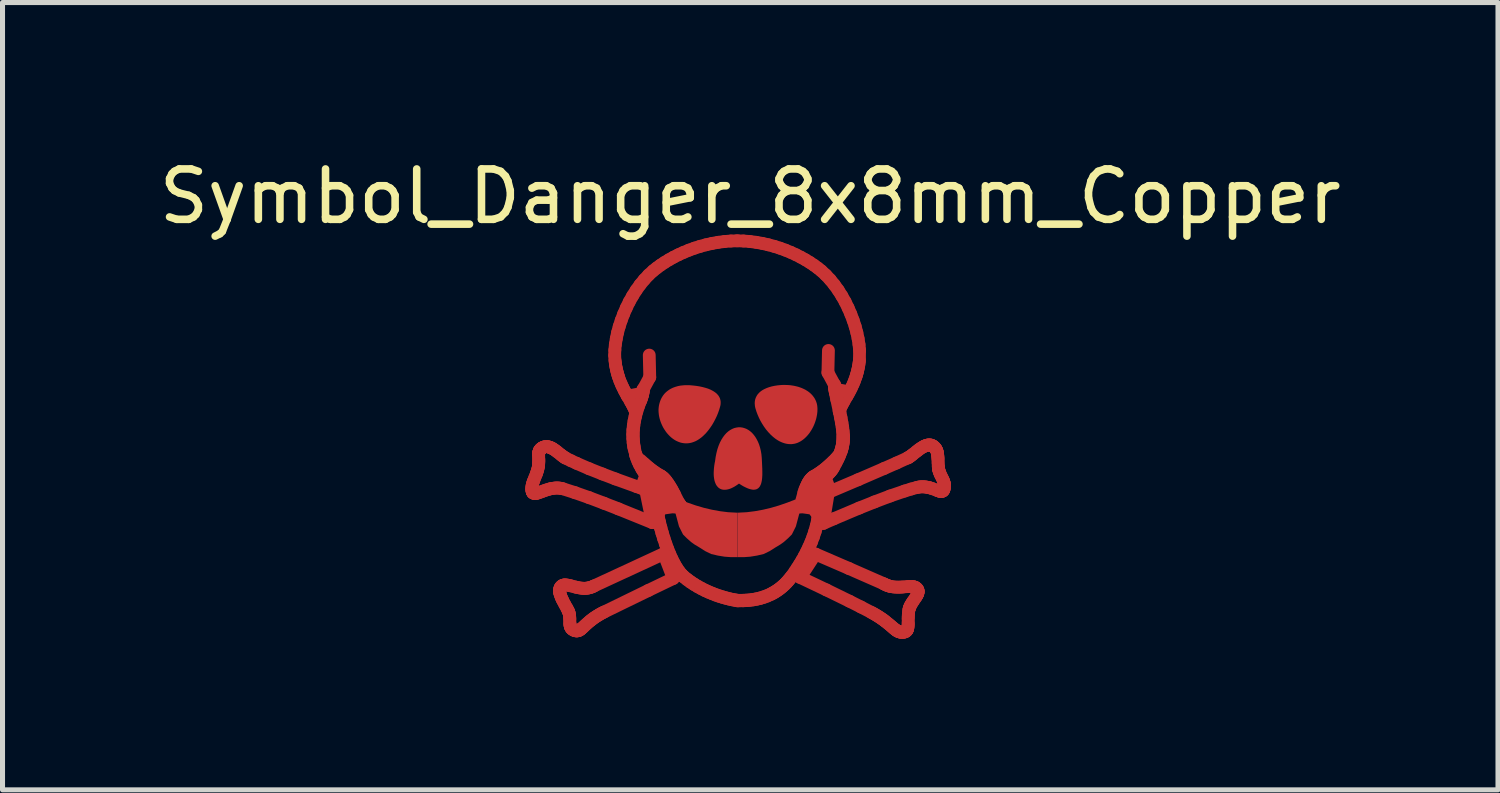
<source format=kicad_pcb>
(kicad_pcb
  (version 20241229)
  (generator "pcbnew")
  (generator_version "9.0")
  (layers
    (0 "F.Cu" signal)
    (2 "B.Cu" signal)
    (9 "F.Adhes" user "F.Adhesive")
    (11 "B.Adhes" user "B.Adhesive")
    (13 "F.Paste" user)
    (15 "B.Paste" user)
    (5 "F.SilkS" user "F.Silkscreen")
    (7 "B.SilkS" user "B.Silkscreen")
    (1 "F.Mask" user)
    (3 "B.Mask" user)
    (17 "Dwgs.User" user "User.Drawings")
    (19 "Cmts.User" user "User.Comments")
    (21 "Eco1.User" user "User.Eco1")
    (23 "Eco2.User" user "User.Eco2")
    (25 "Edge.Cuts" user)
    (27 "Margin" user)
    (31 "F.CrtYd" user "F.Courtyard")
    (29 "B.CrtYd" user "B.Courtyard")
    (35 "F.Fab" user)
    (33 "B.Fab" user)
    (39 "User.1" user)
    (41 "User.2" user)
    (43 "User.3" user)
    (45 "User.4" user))
  (footprint "Symbol_Danger_8x8mm_Copper"
    (layer "F.Cu")
    (at 11.585 5.547)
    (property "Reference" "Symbol_Danger_8x8mm_Copper" (at 0.254 -4.699 0) (layer "F.SilkS") (effects (font (size 1 1) (thickness 0.15))))
    (attr exclude_from_pos_files exclude_from_bom allow_missing_courtyard)
    (fp_line (start -4.081 1.1) (end -4.08 1.122) (stroke (width 0.254) (type solid)) (layer "F.Cu"))
    (fp_line (start -4.08 1.122) (end -4.078 1.141) (stroke (width 0.254) (type solid)) (layer "F.Cu"))
    (fp_line (start -4.079 1.073) (end -4.081 1.1) (stroke (width 0.254) (type solid)) (layer "F.Cu"))
    (fp_line (start -4.078 1.141) (end -4.073 1.157) (stroke (width 0.254) (type solid)) (layer "F.Cu"))
    (fp_line (start -4.076 1.046) (end -4.079 1.073) (stroke (width 0.254) (type solid)) (layer "F.Cu"))
    (fp_line (start -4.073 1.157) (end -4.068 1.17) (stroke (width 0.254) (type solid)) (layer "F.Cu"))
    (fp_line (start -4.07 1.019) (end -4.076 1.046) (stroke (width 0.254) (type solid)) (layer "F.Cu"))
    (fp_line (start -4.068 1.17) (end -4.064 1.175) (stroke (width 0.254) (type solid)) (layer "F.Cu"))
    (fp_line (start -4.064 1.175) (end -4.06 1.18) (stroke (width 0.254) (type solid)) (layer "F.Cu"))
    (fp_line (start -4.062 0.992) (end -4.07 1.019) (stroke (width 0.254) (type solid)) (layer "F.Cu"))
    (fp_line (start -4.06 1.18) (end -4.056 1.184) (stroke (width 0.254) (type solid)) (layer "F.Cu"))
    (fp_line (start -4.056 1.184) (end -4.052 1.187) (stroke (width 0.254) (type solid)) (layer "F.Cu"))
    (fp_line (start -4.053 0.965) (end -4.062 0.992) (stroke (width 0.254) (type solid)) (layer "F.Cu"))
    (fp_line (start -4.052 1.187) (end -4.041 1.192) (stroke (width 0.254) (type solid)) (layer "F.Cu"))
    (fp_line (start -4.042 0.937) (end -4.053 0.965) (stroke (width 0.254) (type solid)) (layer "F.Cu"))
    (fp_line (start -4.041 1.192) (end -4.03 1.195) (stroke (width 0.254) (type solid)) (layer "F.Cu"))
    (fp_line (start -4.03 1.195) (end -4.016 1.196) (stroke (width 0.254) (type solid)) (layer "F.Cu"))
    (fp_line (start -4.02 0.88) (end -4.042 0.937) (stroke (width 0.254) (type solid)) (layer "F.Cu"))
    (fp_line (start -4.016 1.196) (end -4.002 1.195) (stroke (width 0.254) (type solid)) (layer "F.Cu"))
    (fp_line (start -4.002 1.195) (end -3.986 1.193) (stroke (width 0.254) (type solid)) (layer "F.Cu"))
    (fp_line (start -3.996 0.821) (end -4.02 0.88) (stroke (width 0.254) (type solid)) (layer "F.Cu"))
    (fp_line (start -3.986 1.193) (end -3.97 1.189) (stroke (width 0.254) (type solid)) (layer "F.Cu"))
    (fp_line (start -3.985 0.791) (end -3.996 0.821) (stroke (width 0.254) (type solid)) (layer "F.Cu"))
    (fp_line (start -3.975 0.76) (end -3.985 0.791) (stroke (width 0.254) (type solid)) (layer "F.Cu"))
    (fp_line (start -3.97 1.189) (end -3.933 1.177) (stroke (width 0.254) (type solid)) (layer "F.Cu"))
    (fp_line (start -3.965 0.729) (end -3.975 0.76) (stroke (width 0.254) (type solid)) (layer "F.Cu"))
    (fp_line (start -3.957 0.696) (end -3.965 0.729) (stroke (width 0.254) (type solid)) (layer "F.Cu"))
    (fp_line (start -3.95 0.663) (end -3.957 0.696) (stroke (width 0.254) (type solid)) (layer "F.Cu"))
    (fp_line (start -3.946 0.63) (end -3.95 0.663) (stroke (width 0.254) (type solid)) (layer "F.Cu"))
    (fp_line (start -3.945 0.436) (end -3.945 0.459) (stroke (width 0.254) (type solid)) (layer "F.Cu"))
    (fp_line (start -3.945 0.415) (end -3.945 0.436) (stroke (width 0.254) (type solid)) (layer "F.Cu"))
    (fp_line (start -3.945 0.459) (end -3.943 0.508) (stroke (width 0.254) (type solid)) (layer "F.Cu"))
    (fp_line (start -3.945 0.613) (end -3.946 0.63) (stroke (width 0.254) (type solid)) (layer "F.Cu"))
    (fp_line (start -3.944 0.405) (end -3.945 0.415) (stroke (width 0.254) (type solid)) (layer "F.Cu"))
    (fp_line (start -3.944 0.596) (end -3.945 0.613) (stroke (width 0.254) (type solid)) (layer "F.Cu"))
    (fp_line (start -3.943 0.395) (end -3.944 0.405) (stroke (width 0.254) (type solid)) (layer "F.Cu"))
    (fp_line (start -3.943 0.508) (end -3.942 0.536) (stroke (width 0.254) (type solid)) (layer "F.Cu"))
    (fp_line (start -3.942 0.565) (end -3.944 0.596) (stroke (width 0.254) (type solid)) (layer "F.Cu"))
    (fp_line (start -3.942 0.536) (end -3.942 0.565) (stroke (width 0.254) (type solid)) (layer "F.Cu"))
    (fp_line (start -3.942 0.386) (end -3.943 0.395) (stroke (width 0.254) (type solid)) (layer "F.Cu"))
    (fp_line (start -3.94 0.377) (end -3.942 0.386) (stroke (width 0.254) (type solid)) (layer "F.Cu"))
    (fp_line (start -3.938 0.368) (end -3.94 0.377) (stroke (width 0.254) (type solid)) (layer "F.Cu"))
    (fp_line (start -3.935 0.36) (end -3.938 0.368) (stroke (width 0.254) (type solid)) (layer "F.Cu"))
    (fp_line (start -3.933 1.177) (end -3.892 1.163) (stroke (width 0.254) (type solid)) (layer "F.Cu"))
    (fp_line (start -3.932 0.351) (end -3.935 0.36) (stroke (width 0.254) (type solid)) (layer "F.Cu"))
    (fp_line (start -3.928 0.343) (end -3.932 0.351) (stroke (width 0.254) (type solid)) (layer "F.Cu"))
    (fp_line (start -3.924 0.336) (end -3.928 0.343) (stroke (width 0.254) (type solid)) (layer "F.Cu"))
    (fp_line (start -3.918 0.328) (end -3.924 0.336) (stroke (width 0.254) (type solid)) (layer "F.Cu"))
    (fp_line (start -3.912 0.321) (end -3.918 0.328) (stroke (width 0.254) (type solid)) (layer "F.Cu"))
    (fp_line (start -3.905 0.314) (end -3.912 0.321) (stroke (width 0.254) (type solid)) (layer "F.Cu"))
    (fp_line (start -3.898 0.307) (end -3.905 0.314) (stroke (width 0.254) (type solid)) (layer "F.Cu"))
    (fp_line (start -3.892 1.163) (end -3.847 1.146) (stroke (width 0.254) (type solid)) (layer "F.Cu"))
    (fp_line (start -3.889 0.3) (end -3.898 0.307) (stroke (width 0.254) (type solid)) (layer "F.Cu"))
    (fp_line (start -3.879 0.294) (end -3.889 0.3) (stroke (width 0.254) (type solid)) (layer "F.Cu"))
    (fp_line (start -3.869 0.287) (end -3.879 0.294) (stroke (width 0.254) (type solid)) (layer "F.Cu"))
    (fp_line (start -3.854 0.28) (end -3.869 0.287) (stroke (width 0.254) (type solid)) (layer "F.Cu"))
    (fp_line (start -3.847 1.146) (end -3.799 1.129) (stroke (width 0.254) (type solid)) (layer "F.Cu"))
    (fp_line (start -3.839 0.274) (end -3.854 0.28) (stroke (width 0.254) (type solid)) (layer "F.Cu"))
    (fp_line (start -3.824 0.27) (end -3.839 0.274) (stroke (width 0.254) (type solid)) (layer "F.Cu"))
    (fp_line (start -3.808 0.268) (end -3.824 0.27) (stroke (width 0.254) (type solid)) (layer "F.Cu"))
    (fp_line (start -3.799 1.129) (end -3.747 1.113) (stroke (width 0.254) (type solid)) (layer "F.Cu"))
    (fp_line (start -3.793 0.267) (end -3.808 0.268) (stroke (width 0.254) (type solid)) (layer "F.Cu"))
    (fp_line (start -3.778 0.267) (end -3.793 0.267) (stroke (width 0.254) (type solid)) (layer "F.Cu"))
    (fp_line (start -3.763 0.269) (end -3.778 0.267) (stroke (width 0.254) (type solid)) (layer "F.Cu"))
    (fp_line (start -3.747 1.113) (end -3.721 1.106) (stroke (width 0.254) (type solid)) (layer "F.Cu"))
    (fp_line (start -3.747 0.273) (end -3.763 0.269) (stroke (width 0.254) (type solid)) (layer "F.Cu"))
    (fp_line (start -3.732 0.277) (end -3.747 0.273) (stroke (width 0.254) (type solid)) (layer "F.Cu"))
    (fp_line (start -3.721 1.106) (end -3.694 1.1) (stroke (width 0.254) (type solid)) (layer "F.Cu"))
    (fp_line (start -3.716 0.283) (end -3.732 0.277) (stroke (width 0.254) (type solid)) (layer "F.Cu"))
    (fp_line (start -3.701 0.289) (end -3.716 0.283) (stroke (width 0.254) (type solid)) (layer "F.Cu"))
    (fp_line (start -3.694 1.1) (end -3.667 1.095) (stroke (width 0.254) (type solid)) (layer "F.Cu"))
    (fp_line (start -3.686 0.296) (end -3.701 0.289) (stroke (width 0.254) (type solid)) (layer "F.Cu"))
    (fp_line (start -3.67 0.305) (end -3.686 0.296) (stroke (width 0.254) (type solid)) (layer "F.Cu"))
    (fp_line (start -3.667 1.095) (end -3.639 1.091) (stroke (width 0.254) (type solid)) (layer "F.Cu"))
    (fp_line (start -3.655 0.314) (end -3.67 0.305) (stroke (width 0.254) (type solid)) (layer "F.Cu"))
    (fp_line (start -3.639 1.091) (end -3.61 1.088) (stroke (width 0.254) (type solid)) (layer "F.Cu"))
    (fp_line (start -3.625 0.333) (end -3.655 0.314) (stroke (width 0.254) (type solid)) (layer "F.Cu"))
    (fp_line (start -3.61 1.088) (end -3.582 1.087) (stroke (width 0.254) (type solid)) (layer "F.Cu"))
    (fp_line (start -3.595 0.355) (end -3.625 0.333) (stroke (width 0.254) (type solid)) (layer "F.Cu"))
    (fp_line (start -3.582 1.087) (end -3.553 1.088) (stroke (width 0.254) (type solid)) (layer "F.Cu"))
    (fp_line (start -3.566 0.378) (end -3.595 0.355) (stroke (width 0.254) (type solid)) (layer "F.Cu"))
    (fp_line (start -3.553 1.088) (end -3.523 1.091) (stroke (width 0.254) (type solid)) (layer "F.Cu"))
    (fp_line (start -3.529 3.132) (end -3.528 3.147) (stroke (width 0.254) (type solid)) (layer "F.Cu"))
    (fp_line (start -3.529 3.118) (end -3.529 3.132) (stroke (width 0.254) (type solid)) (layer "F.Cu"))
    (fp_line (start -3.528 3.147) (end -3.526 3.162) (stroke (width 0.254) (type solid)) (layer "F.Cu"))
    (fp_line (start -3.528 3.104) (end -3.529 3.118) (stroke (width 0.254) (type solid)) (layer "F.Cu"))
    (fp_line (start -3.526 3.162) (end -3.523 3.177) (stroke (width 0.254) (type solid)) (layer "F.Cu"))
    (fp_line (start -3.525 3.091) (end -3.528 3.104) (stroke (width 0.254) (type solid)) (layer "F.Cu"))
    (fp_line (start -3.523 1.091) (end -3.494 1.096) (stroke (width 0.254) (type solid)) (layer "F.Cu"))
    (fp_line (start -3.523 3.177) (end -3.519 3.193) (stroke (width 0.254) (type solid)) (layer "F.Cu"))
    (fp_line (start -3.522 3.079) (end -3.525 3.091) (stroke (width 0.254) (type solid)) (layer "F.Cu"))
    (fp_line (start -3.519 3.193) (end -3.508 3.226) (stroke (width 0.254) (type solid)) (layer "F.Cu"))
    (fp_line (start -3.517 3.067) (end -3.522 3.079) (stroke (width 0.254) (type solid)) (layer "F.Cu"))
    (fp_line (start -3.51 3.056) (end -3.517 3.067) (stroke (width 0.254) (type solid)) (layer "F.Cu"))
    (fp_line (start -3.509 0.423) (end -3.566 0.378) (stroke (width 0.254) (type solid)) (layer "F.Cu"))
    (fp_line (start -3.508 3.226) (end -3.495 3.26) (stroke (width 0.254) (type solid)) (layer "F.Cu"))
    (fp_line (start -3.502 3.045) (end -3.51 3.056) (stroke (width 0.254) (type solid)) (layer "F.Cu"))
    (fp_line (start -3.495 3.26) (end -3.48 3.294) (stroke (width 0.254) (type solid)) (layer "F.Cu"))
    (fp_line (start -3.494 1.096) (end -3.464 1.103) (stroke (width 0.254) (type solid)) (layer "F.Cu"))
    (fp_line (start -3.492 3.036) (end -3.502 3.045) (stroke (width 0.254) (type solid)) (layer "F.Cu"))
    (fp_line (start -3.481 0.445) (end -3.509 0.423) (stroke (width 0.254) (type solid)) (layer "F.Cu"))
    (fp_line (start -3.481 3.027) (end -3.492 3.036) (stroke (width 0.254) (type solid)) (layer "F.Cu"))
    (fp_line (start -3.48 3.294) (end -3.463 3.328) (stroke (width 0.254) (type solid)) (layer "F.Cu"))
    (fp_line (start -3.469 3.021) (end -3.481 3.027) (stroke (width 0.254) (type solid)) (layer "F.Cu"))
    (fp_line (start -3.464 1.103) (end -3.224 1.18) (stroke (width 0.254) (type solid)) (layer "F.Cu"))
    (fp_line (start -3.463 3.328) (end -3.427 3.397) (stroke (width 0.254) (type solid)) (layer "F.Cu"))
    (fp_line (start -3.456 3.016) (end -3.469 3.021) (stroke (width 0.254) (type solid)) (layer "F.Cu"))
    (fp_line (start -3.455 0.465) (end -3.481 0.445) (stroke (width 0.254) (type solid)) (layer "F.Cu"))
    (fp_line (start -3.443 3.013) (end -3.456 3.016) (stroke (width 0.254) (type solid)) (layer "F.Cu"))
    (fp_line (start -3.43 0.482) (end -3.455 0.465) (stroke (width 0.254) (type solid)) (layer "F.Cu"))
    (fp_line (start -3.428 3.012) (end -3.443 3.013) (stroke (width 0.254) (type solid)) (layer "F.Cu"))
    (fp_line (start -3.427 3.397) (end -3.39 3.463) (stroke (width 0.254) (type solid)) (layer "F.Cu"))
    (fp_line (start -3.417 0.489) (end -3.43 0.482) (stroke (width 0.254) (type solid)) (layer "F.Cu"))
    (fp_line (start -3.413 3.011) (end -3.428 3.012) (stroke (width 0.254) (type solid)) (layer "F.Cu"))
    (fp_line (start -3.405 0.496) (end -3.417 0.489) (stroke (width 0.254) (type solid)) (layer "F.Cu"))
    (fp_line (start -3.39 3.463) (end -3.374 3.494) (stroke (width 0.254) (type solid)) (layer "F.Cu"))
    (fp_line (start -3.381 3.014) (end -3.413 3.011) (stroke (width 0.254) (type solid)) (layer "F.Cu"))
    (fp_line (start -3.374 3.494) (end -3.359 3.524) (stroke (width 0.254) (type solid)) (layer "F.Cu"))
    (fp_line (start -3.359 3.524) (end -3.352 3.539) (stroke (width 0.254) (type solid)) (layer "F.Cu"))
    (fp_line (start -3.352 3.539) (end -3.346 3.554) (stroke (width 0.254) (type solid)) (layer "F.Cu"))
    (fp_line (start -3.346 3.554) (end -3.341 3.569) (stroke (width 0.254) (type solid)) (layer "F.Cu"))
    (fp_line (start -3.345 3.02) (end -3.381 3.014) (stroke (width 0.254) (type solid)) (layer "F.Cu"))
    (fp_line (start -3.341 3.569) (end -3.338 3.584) (stroke (width 0.254) (type solid)) (layer "F.Cu"))
    (fp_line (start -3.338 3.584) (end -3.332 3.614) (stroke (width 0.254) (type solid)) (layer "F.Cu"))
    (fp_line (start -3.332 3.614) (end -3.329 3.644) (stroke (width 0.254) (type solid)) (layer "F.Cu"))
    (fp_line (start -3.329 3.644) (end -3.327 3.673) (stroke (width 0.254) (type solid)) (layer "F.Cu"))
    (fp_line (start -3.327 3.673) (end -3.327 3.702) (stroke (width 0.254) (type solid)) (layer "F.Cu"))
    (fp_line (start -3.327 3.702) (end -3.326 3.757) (stroke (width 0.254) (type solid)) (layer "F.Cu"))
    (fp_line (start -3.326 3.757) (end -3.325 3.783) (stroke (width 0.254) (type solid)) (layer "F.Cu"))
    (fp_line (start -3.325 3.783) (end -3.322 3.807) (stroke (width 0.254) (type solid)) (layer "F.Cu"))
    (fp_line (start -3.322 3.807) (end -3.32 3.819) (stroke (width 0.254) (type solid)) (layer "F.Cu"))
    (fp_line (start -3.32 3.819) (end -3.317 3.83) (stroke (width 0.254) (type solid)) (layer "F.Cu"))
    (fp_line (start -3.317 3.83) (end -3.313 3.841) (stroke (width 0.254) (type solid)) (layer "F.Cu"))
    (fp_line (start -3.313 3.841) (end -3.309 3.851) (stroke (width 0.254) (type solid)) (layer "F.Cu"))
    (fp_line (start -3.309 3.851) (end -3.303 3.861) (stroke (width 0.254) (type solid)) (layer "F.Cu"))
    (fp_line (start -3.307 3.029) (end -3.345 3.02) (stroke (width 0.254) (type solid)) (layer "F.Cu"))
    (fp_line (start -3.304 0.546) (end -3.405 0.496) (stroke (width 0.254) (type solid)) (layer "F.Cu"))
    (fp_line (start -3.303 3.861) (end -3.297 3.87) (stroke (width 0.254) (type solid)) (layer "F.Cu"))
    (fp_line (start -3.297 3.87) (end -3.29 3.879) (stroke (width 0.254) (type solid)) (layer "F.Cu"))
    (fp_line (start -3.29 3.879) (end -3.281 3.887) (stroke (width 0.254) (type solid)) (layer "F.Cu"))
    (fp_line (start -3.281 3.887) (end -3.271 3.895) (stroke (width 0.254) (type solid)) (layer "F.Cu"))
    (fp_line (start -3.271 3.895) (end -3.26 3.902) (stroke (width 0.254) (type solid)) (layer "F.Cu"))
    (fp_line (start -3.26 3.902) (end -3.248 3.909) (stroke (width 0.254) (type solid)) (layer "F.Cu"))
    (fp_line (start -3.248 3.909) (end -3.234 3.915) (stroke (width 0.254) (type solid)) (layer "F.Cu"))
    (fp_line (start -3.234 3.915) (end -3.22 3.919) (stroke (width 0.254) (type solid)) (layer "F.Cu"))
    (fp_line (start -3.224 3.051) (end -3.307 3.029) (stroke (width 0.254) (type solid)) (layer "F.Cu"))
    (fp_line (start -3.224 1.18) (end -2.945 1.278) (stroke (width 0.254) (type solid)) (layer "F.Cu"))
    (fp_line (start -3.22 3.919) (end -3.207 3.922) (stroke (width 0.254) (type solid)) (layer "F.Cu"))
    (fp_line (start -3.207 3.922) (end -3.195 3.923) (stroke (width 0.254) (type solid)) (layer "F.Cu"))
    (fp_line (start -3.195 3.923) (end -3.183 3.923) (stroke (width 0.254) (type solid)) (layer "F.Cu"))
    (fp_line (start -3.191 0.598) (end -3.304 0.546) (stroke (width 0.254) (type solid)) (layer "F.Cu"))
    (fp_line (start -3.183 3.923) (end -3.172 3.921) (stroke (width 0.254) (type solid)) (layer "F.Cu"))
    (fp_line (start -3.18 3.062) (end -3.224 3.051) (stroke (width 0.254) (type solid)) (layer "F.Cu"))
    (fp_line (start -3.172 3.921) (end -3.16 3.919) (stroke (width 0.254) (type solid)) (layer "F.Cu"))
    (fp_line (start -3.16 3.919) (end -3.149 3.915) (stroke (width 0.254) (type solid)) (layer "F.Cu"))
    (fp_line (start -3.149 3.915) (end -3.138 3.909) (stroke (width 0.254) (type solid)) (layer "F.Cu"))
    (fp_line (start -3.138 3.909) (end -3.127 3.903) (stroke (width 0.254) (type solid)) (layer "F.Cu"))
    (fp_line (start -3.135 3.07) (end -3.18 3.062) (stroke (width 0.254) (type solid)) (layer "F.Cu"))
    (fp_line (start -3.127 3.903) (end -3.115 3.895) (stroke (width 0.254) (type solid)) (layer "F.Cu"))
    (fp_line (start -3.115 3.895) (end -3.104 3.886) (stroke (width 0.254) (type solid)) (layer "F.Cu"))
    (fp_line (start -3.104 3.886) (end -3.092 3.876) (stroke (width 0.254) (type solid)) (layer "F.Cu"))
    (fp_line (start -3.092 3.876) (end -3.066 3.854) (stroke (width 0.254) (type solid)) (layer "F.Cu"))
    (fp_line (start -3.088 3.077) (end -3.135 3.07) (stroke (width 0.254) (type solid)) (layer "F.Cu"))
    (fp_line (start -3.066 3.854) (end -3.039 3.828) (stroke (width 0.254) (type solid)) (layer "F.Cu"))
    (fp_line (start -3.064 3.078) (end -3.088 3.077) (stroke (width 0.254) (type solid)) (layer "F.Cu"))
    (fp_line (start -3.039 3.079) (end -3.064 3.078) (stroke (width 0.254) (type solid)) (layer "F.Cu"))
    (fp_line (start -3.039 3.828) (end -3.008 3.799) (stroke (width 0.254) (type solid)) (layer "F.Cu"))
    (fp_line (start -3.015 3.078) (end -3.039 3.079) (stroke (width 0.254) (type solid)) (layer "F.Cu"))
    (fp_line (start -3.008 3.799) (end -2.973 3.768) (stroke (width 0.254) (type solid)) (layer "F.Cu"))
    (fp_line (start -2.99 3.076) (end -3.015 3.078) (stroke (width 0.254) (type solid)) (layer "F.Cu"))
    (fp_line (start -2.973 3.768) (end -2.934 3.734) (stroke (width 0.254) (type solid)) (layer "F.Cu"))
    (fp_line (start -2.966 3.073) (end -2.99 3.076) (stroke (width 0.254) (type solid)) (layer "F.Cu"))
    (fp_line (start -2.945 1.278) (end -2.651 1.389) (stroke (width 0.254) (type solid)) (layer "F.Cu"))
    (fp_line (start -2.944 0.705) (end -3.191 0.598) (stroke (width 0.254) (type solid)) (layer "F.Cu"))
    (fp_line (start -2.941 3.068) (end -2.966 3.073) (stroke (width 0.254) (type solid)) (layer "F.Cu"))
    (fp_line (start -2.934 3.734) (end -2.912 3.717) (stroke (width 0.254) (type solid)) (layer "F.Cu"))
    (fp_line (start -2.916 3.061) (end -2.941 3.068) (stroke (width 0.254) (type solid)) (layer "F.Cu"))
    (fp_line (start -2.912 3.717) (end -2.889 3.699) (stroke (width 0.254) (type solid)) (layer "F.Cu"))
    (fp_line (start -2.891 3.052) (end -2.916 3.061) (stroke (width 0.254) (type solid)) (layer "F.Cu"))
    (fp_line (start -2.889 3.699) (end -2.865 3.68) (stroke (width 0.254) (type solid)) (layer "F.Cu"))
    (fp_line (start -2.866 3.042) (end -2.891 3.052) (stroke (width 0.254) (type solid)) (layer "F.Cu"))
    (fp_line (start -2.865 3.68) (end -2.839 3.662) (stroke (width 0.254) (type solid)) (layer "F.Cu"))
    (fp_line (start -2.841 3.029) (end -2.866 3.042) (stroke (width 0.254) (type solid)) (layer "F.Cu"))
    (fp_line (start -2.839 3.662) (end -2.811 3.643) (stroke (width 0.254) (type solid)) (layer "F.Cu"))
    (fp_line (start -2.811 3.643) (end -2.781 3.624) (stroke (width 0.254) (type solid)) (layer "F.Cu"))
    (fp_line (start -2.781 3.624) (end -2.749 3.605) (stroke (width 0.254) (type solid)) (layer "F.Cu"))
    (fp_line (start -2.749 3.605) (end -2.716 3.585) (stroke (width 0.254) (type solid)) (layer "F.Cu"))
    (fp_line (start -2.716 3.585) (end -2.68 3.566) (stroke (width 0.254) (type solid)) (layer "F.Cu"))
    (fp_line (start -2.681 0.809) (end -2.944 0.705) (stroke (width 0.254) (type solid)) (layer "F.Cu"))
    (fp_line (start -2.68 3.566) (end -2.642 3.547) (stroke (width 0.254) (type solid)) (layer "F.Cu"))
    (fp_line (start -2.651 1.389) (end -2.362 1.502) (stroke (width 0.254) (type solid)) (layer "F.Cu"))
    (fp_line (start -2.642 3.547) (end -1.77 3.122) (stroke (width 0.254) (type solid)) (layer "F.Cu"))
    (fp_line (start -2.436 -1.544) (end -2.433 -1.649) (stroke (width 0.254) (type solid)) (layer "F.Cu"))
    (fp_line (start -2.433 -1.649) (end -2.423 -1.76) (stroke (width 0.254) (type solid)) (layer "F.Cu"))
    (fp_line (start -2.43 -1.446) (end -2.436 -1.544) (stroke (width 0.254) (type solid)) (layer "F.Cu"))
    (fp_line (start -2.424 -1.399) (end -2.43 -1.446) (stroke (width 0.254) (type solid)) (layer "F.Cu"))
    (fp_line (start -2.424 0.907) (end -2.681 0.809) (stroke (width 0.254) (type solid)) (layer "F.Cu"))
    (fp_line (start -2.423 -1.76) (end -2.404 -1.876) (stroke (width 0.254) (type solid)) (layer "F.Cu"))
    (fp_line (start -2.418 -1.355) (end -2.424 -1.399) (stroke (width 0.254) (type solid)) (layer "F.Cu"))
    (fp_line (start -2.41 -1.311) (end -2.418 -1.355) (stroke (width 0.254) (type solid)) (layer "F.Cu"))
    (fp_line (start -2.404 -1.876) (end -2.379 -1.995) (stroke (width 0.254) (type solid)) (layer "F.Cu"))
    (fp_line (start -2.401 -1.269) (end -2.41 -1.311) (stroke (width 0.254) (type solid)) (layer "F.Cu"))
    (fp_line (start -2.392 -1.228) (end -2.401 -1.269) (stroke (width 0.254) (type solid)) (layer "F.Cu"))
    (fp_line (start -2.381 -1.188) (end -2.392 -1.228) (stroke (width 0.254) (type solid)) (layer "F.Cu"))
    (fp_line (start -2.379 -1.995) (end -2.346 -2.117) (stroke (width 0.254) (type solid)) (layer "F.Cu"))
    (fp_line (start -2.37 -1.149) (end -2.381 -1.188) (stroke (width 0.254) (type solid)) (layer "F.Cu"))
    (fp_line (start -2.362 1.502) (end -1.688 1.775) (stroke (width 0.254) (type solid)) (layer "F.Cu"))
    (fp_line (start -2.358 -1.112) (end -2.37 -1.149) (stroke (width 0.254) (type solid)) (layer "F.Cu"))
    (fp_line (start -2.346 -2.117) (end -2.306 -2.24) (stroke (width 0.254) (type solid)) (layer "F.Cu"))
    (fp_line (start -2.333 -1.04) (end -2.358 -1.112) (stroke (width 0.254) (type solid)) (layer "F.Cu"))
    (fp_line (start -2.306 -2.24) (end -2.259 -2.363) (stroke (width 0.254) (type solid)) (layer "F.Cu"))
    (fp_line (start -2.305 -0.973) (end -2.333 -1.04) (stroke (width 0.254) (type solid)) (layer "F.Cu"))
    (fp_line (start -2.275 -0.909) (end -2.305 -0.973) (stroke (width 0.254) (type solid)) (layer "F.Cu"))
    (fp_line (start -2.259 -2.363) (end -2.206 -2.486) (stroke (width 0.254) (type solid)) (layer "F.Cu"))
    (fp_line (start -2.245 -0.848) (end -2.275 -0.909) (stroke (width 0.254) (type solid)) (layer "F.Cu"))
    (fp_line (start -2.214 -0.79) (end -2.245 -0.848) (stroke (width 0.254) (type solid)) (layer "F.Cu"))
    (fp_line (start -2.206 -2.486) (end -2.147 -2.607) (stroke (width 0.254) (type solid)) (layer "F.Cu"))
    (fp_line (start -2.183 -0.735) (end -2.214 -0.79) (stroke (width 0.254) (type solid)) (layer "F.Cu"))
    (fp_line (start -2.147 -2.607) (end -2.081 -2.724) (stroke (width 0.254) (type solid)) (layer "F.Cu"))
    (fp_line (start -2.123 -0.631) (end -2.183 -0.735) (stroke (width 0.254) (type solid)) (layer "F.Cu"))
    (fp_line (start -2.095 -0.582) (end -2.123 -0.631) (stroke (width 0.254) (type solid)) (layer "F.Cu"))
    (fp_line (start -2.081 -2.724) (end -2.01 -2.837) (stroke (width 0.254) (type solid)) (layer "F.Cu"))
    (fp_line (start -2.073 0.024) (end -2.07 -0.062) (stroke (width 0.263) (type solid)) (layer "F.Cu"))
    (fp_line (start -2.071 0.108) (end -2.073 0.024) (stroke (width 0.263) (type solid)) (layer "F.Cu"))
    (fp_line (start -2.07 -0.533) (end -2.095 -0.582) (stroke (width 0.254) (type solid)) (layer "F.Cu"))
    (fp_line (start -2.07 -0.062) (end -2.061 -0.151) (stroke (width 0.263) (type solid)) (layer "F.Cu"))
    (fp_line (start -2.065 0.189) (end -2.071 0.108) (stroke (width 0.263) (type solid)) (layer "F.Cu"))
    (fp_line (start -2.061 -0.151) (end -2.047 -0.242) (stroke (width 0.263) (type solid)) (layer "F.Cu"))
    (fp_line (start -2.054 0.268) (end -2.065 0.189) (stroke (width 0.263) (type solid)) (layer "F.Cu"))
    (fp_line (start -2.047 -0.242) (end -2.027 -0.335) (stroke (width 0.263) (type solid)) (layer "F.Cu"))
    (fp_line (start -2.047 -0.486) (end -2.07 -0.533) (stroke (width 0.254) (type solid)) (layer "F.Cu"))
    (fp_line (start -2.039 0.345) (end -2.054 0.268) (stroke (width 0.263) (type solid)) (layer "F.Cu"))
    (fp_line (start -2.027 -0.335) (end -2.002 -0.431) (stroke (width 0.263) (type solid)) (layer "F.Cu"))
    (fp_line (start -2.027 -0.438) (end -2.047 -0.486) (stroke (width 0.254) (type solid)) (layer "F.Cu"))
    (fp_line (start -2.01 -2.837) (end -1.933 -2.945) (stroke (width 0.254) (type solid)) (layer "F.Cu"))
    (fp_line (start -2.002 -0.431) (end -1.971 -0.528) (stroke (width 0.263) (type solid)) (layer "F.Cu"))
    (fp_line (start -1.999 1.06) (end -2.424 0.907) (stroke (width 0.254) (type solid)) (layer "F.Cu"))
    (fp_line (start -1.997 0.49) (end -2.02 0.419) (stroke (width 0.263) (type solid)) (layer "F.Cu"))
    (fp_line (start -1.971 -0.528) (end -1.933 -0.628) (stroke (width 0.263) (type solid)) (layer "F.Cu"))
    (fp_line (start -1.97 0.558) (end -2.02 0.419) (stroke (width 0.263) (type solid)) (layer "F.Cu"))
    (fp_line (start -1.962 -0.778) (end -2.183 -0.735) (stroke (width 0.254) (type solid)) (layer "F.Cu"))
    (fp_line (start -1.939 0.624) (end -1.97 0.558) (stroke (width 0.263) (type solid)) (layer "F.Cu"))
    (fp_line (start -1.933 -0.628) (end -1.92 -0.661) (stroke (width 0.263) (type solid)) (layer "F.Cu"))
    (fp_line (start -1.933 -2.945) (end -1.85 -3.046) (stroke (width 0.254) (type solid)) (layer "F.Cu"))
    (fp_line (start -1.92 -0.661) (end -1.909 -0.692) (stroke (width 0.263) (type solid)) (layer "F.Cu"))
    (fp_line (start -1.909 -0.692) (end -1.9 -0.721) (stroke (width 0.263) (type solid)) (layer "F.Cu"))
    (fp_line (start -1.905 0.687) (end -1.939 0.624) (stroke (width 0.263) (type solid)) (layer "F.Cu"))
    (fp_line (start -1.9 -0.721) (end -1.892 -0.748) (stroke (width 0.263) (type solid)) (layer "F.Cu"))
    (fp_line (start -1.892 -0.748) (end -1.885 -0.774) (stroke (width 0.263) (type solid)) (layer "F.Cu"))
    (fp_line (start -1.885 -0.774) (end -1.88 -0.799) (stroke (width 0.263) (type solid)) (layer "F.Cu"))
    (fp_line (start -1.88 0.729) (end -1.905 0.687) (stroke (width 0.263) (type solid)) (layer "F.Cu"))
    (fp_line (start -1.88 -0.799) (end -1.876 -0.823) (stroke (width 0.263) (type solid)) (layer "F.Cu"))
    (fp_line (start -1.876 -0.823) (end -1.873 -0.846) (stroke (width 0.263) (type solid)) (layer "F.Cu"))
    (fp_line (start -1.873 -0.846) (end -1.871 -0.868) (stroke (width 0.263) (type solid)) (layer "F.Cu"))
    (fp_line (start -1.871 -0.868) (end -1.74 -1.11) (stroke (width 0.254) (type default)) (layer "F.Cu"))
    (fp_line (start -1.856 0.764) (end -1.88 0.729) (stroke (width 0.263) (type solid)) (layer "F.Cu"))
    (fp_line (start -1.85 -3.046) (end -1.763 -3.14) (stroke (width 0.254) (type solid)) (layer "F.Cu"))
    (fp_line (start -1.846 0.613) (end -1.927 0.538) (stroke (width 0.263) (type solid)) (layer "F.Cu"))
    (fp_line (start -1.833 0.793) (end -1.856 0.764) (stroke (width 0.263) (type solid)) (layer "F.Cu"))
    (fp_line (start -1.823 1.121) (end -1.999 1.06) (stroke (width 0.254) (type solid)) (layer "F.Cu"))
    (fp_line (start -1.812 0.817) (end -1.911 1.09) (stroke (width 0.254) (type solid)) (layer "F.Cu"))
    (fp_line (start -1.812 0.817) (end -1.833 0.793) (stroke (width 0.263) (type solid)) (layer "F.Cu"))
    (fp_line (start -1.8 0.654) (end -1.846 0.613) (stroke (width 0.263) (type solid)) (layer "F.Cu"))
    (fp_line (start -1.772 0.861) (end -1.812 0.817) (stroke (width 0.263) (type solid)) (layer "F.Cu"))
    (fp_line (start -1.77 3.122) (end -1.273 2.883) (stroke (width 0.254) (type solid)) (layer "F.Cu"))
    (fp_line (start -1.763 -3.14) (end -1.67 -3.225) (stroke (width 0.254) (type solid)) (layer "F.Cu"))
    (fp_line (start -1.754 0.884) (end -1.772 0.861) (stroke (width 0.263) (type solid)) (layer "F.Cu"))
    (fp_line (start -1.75 0.695) (end -1.8 0.654) (stroke (width 0.263) (type solid)) (layer "F.Cu"))
    (fp_line (start -1.74 -1.11) (end -1.75 -1.55) (stroke (width 0.254) (type default)) (layer "F.Cu"))
    (fp_line (start -1.737 0.908) (end -1.754 0.884) (stroke (width 0.263) (type solid)) (layer "F.Cu"))
    (fp_line (start -1.721 0.937) (end -1.737 0.908) (stroke (width 0.263) (type solid)) (layer "F.Cu"))
    (fp_line (start -1.705 0.971) (end -1.721 0.937) (stroke (width 0.263) (type solid)) (layer "F.Cu"))
    (fp_line (start -1.698 0.736) (end -1.75 0.695) (stroke (width 0.263) (type solid)) (layer "F.Cu"))
    (fp_line (start -1.69 1.012) (end -1.705 0.971) (stroke (width 0.263) (type solid)) (layer "F.Cu"))
    (fp_line (start -1.688 1.775) (end -1.823 1.121) (stroke (width 0.254) (type solid)) (layer "F.Cu"))
    (fp_line (start -1.676 1.062) (end -1.69 1.012) (stroke (width 0.263) (type solid)) (layer "F.Cu"))
    (fp_line (start -1.67 -3.225) (end -1.601 -3.28) (stroke (width 0.254) (type solid)) (layer "F.Cu"))
    (fp_line (start -1.662 1.122) (end -1.676 1.062) (stroke (width 0.263) (type solid)) (layer "F.Cu"))
    (fp_line (start -1.648 1.194) (end -1.662 1.122) (stroke (width 0.263) (type solid)) (layer "F.Cu"))
    (fp_line (start -1.643 0.775) (end -1.698 0.736) (stroke (width 0.263) (type solid)) (layer "F.Cu"))
    (fp_line (start -1.635 1.279) (end -1.648 1.194) (stroke (width 0.263) (type solid)) (layer "F.Cu"))
    (fp_line (start -1.61 1.468) (end -1.622 1.38) (stroke (width 0.263) (type solid)) (layer "F.Cu"))
    (fp_line (start -1.601 -3.28) (end -1.526 -3.335) (stroke (width 0.254) (type solid)) (layer "F.Cu"))
    (fp_line (start -1.594 1.562) (end -1.61 1.468) (stroke (width 0.263) (type solid)) (layer "F.Cu"))
    (fp_line (start -1.586 0.813) (end -1.643 0.775) (stroke (width 0.263) (type solid)) (layer "F.Cu"))
    (fp_line (start -1.574 1.662) (end -1.594 1.562) (stroke (width 0.263) (type solid)) (layer "F.Cu"))
    (fp_line (start -1.551 1.766) (end -1.574 1.662) (stroke (width 0.263) (type solid)) (layer "F.Cu"))
    (fp_line (start -1.527 0.847) (end -1.586 0.813) (stroke (width 0.263) (type solid)) (layer "F.Cu"))
    (fp_line (start -1.526 -3.335) (end -1.445 -3.389) (stroke (width 0.254) (type solid)) (layer "F.Cu"))
    (fp_line (start -1.524 1.873) (end -1.551 1.766) (stroke (width 0.263) (type solid)) (layer "F.Cu"))
    (fp_line (start -1.509 0.859) (end -1.527 0.847) (stroke (width 0.263) (type solid)) (layer "F.Cu"))
    (fp_line (start -1.494 1.981) (end -1.524 1.873) (stroke (width 0.263) (type solid)) (layer "F.Cu"))
    (fp_line (start -1.49 0.873) (end -1.509 0.859) (stroke (width 0.263) (type solid)) (layer "F.Cu"))
    (fp_line (start -1.471 0.889) (end -1.49 0.873) (stroke (width 0.263) (type solid)) (layer "F.Cu"))
    (fp_line (start -1.462 2.391) (end -2.841 3.029) (stroke (width 0.254) (type solid)) (layer "F.Cu"))
    (fp_line (start -1.461 2.089) (end -1.494 1.981) (stroke (width 0.263) (type solid)) (layer "F.Cu"))
    (fp_line (start -1.453 0.908) (end -1.471 0.889) (stroke (width 0.263) (type solid)) (layer "F.Cu"))
    (fp_line (start -1.445 -3.389) (end -1.358 -3.442) (stroke (width 0.254) (type solid)) (layer "F.Cu"))
    (fp_line (start -1.434 0.928) (end -1.453 0.908) (stroke (width 0.263) (type solid)) (layer "F.Cu"))
    (fp_line (start -1.425 2.197) (end -1.461 2.089) (stroke (width 0.263) (type solid)) (layer "F.Cu"))
    (fp_line (start -1.416 0.95) (end -1.434 0.928) (stroke (width 0.263) (type solid)) (layer "F.Cu"))
    (fp_line (start -1.387 2.301) (end -1.425 2.197) (stroke (width 0.263) (type solid)) (layer "F.Cu"))
    (fp_line (start -1.381 0.997) (end -1.416 0.95) (stroke (width 0.263) (type solid)) (layer "F.Cu"))
    (fp_line (start -1.358 -3.442) (end -1.267 -3.493) (stroke (width 0.254) (type solid)) (layer "F.Cu"))
    (fp_line (start -1.347 1.049) (end -1.381 0.997) (stroke (width 0.263) (type solid)) (layer "F.Cu"))
    (fp_line (start -1.346 2.402) (end -1.387 2.301) (stroke (width 0.263) (type solid)) (layer "F.Cu"))
    (fp_line (start -1.314 1.103) (end -1.347 1.049) (stroke (width 0.263) (type solid)) (layer "F.Cu"))
    (fp_line (start -1.303 2.498) (end -1.346 2.402) (stroke (width 0.263) (type solid)) (layer "F.Cu"))
    (fp_line (start -1.284 1.158) (end -1.314 1.103) (stroke (width 0.263) (type solid)) (layer "F.Cu"))
    (fp_line (start -1.273 2.883) (end -1.462 2.391) (stroke (width 0.254) (type solid)) (layer "F.Cu"))
    (fp_line (start -1.267 -3.493) (end -1.17 -3.542) (stroke (width 0.254) (type solid)) (layer "F.Cu"))
    (fp_line (start -1.258 2.587) (end -1.303 2.498) (stroke (width 0.263) (type solid)) (layer "F.Cu"))
    (fp_line (start -1.255 1.212) (end -1.284 1.158) (stroke (width 0.263) (type solid)) (layer "F.Cu"))
    (fp_line (start -1.212 2.668) (end -1.258 2.587) (stroke (width 0.263) (type solid)) (layer "F.Cu"))
    (fp_line (start -1.17 -3.542) (end -1.069 -3.588) (stroke (width 0.254) (type solid)) (layer "F.Cu"))
    (fp_line (start -1.167 1.386) (end -1.255 1.212) (stroke (width 0.263) (type solid)) (layer "F.Cu"))
    (fp_line (start -1.164 2.739) (end -1.212 2.668) (stroke (width 0.263) (type solid)) (layer "F.Cu"))
    (fp_line (start -1.153 1.41) (end -1.167 1.386) (stroke (width 0.263) (type solid)) (layer "F.Cu"))
    (fp_line (start -1.143 1.425) (end -1.153 1.41) (stroke (width 0.263) (type solid)) (layer "F.Cu"))
    (fp_line (start -1.14 1.427) (end -1.143 1.425) (stroke (width 0.263) (type solid)) (layer "F.Cu"))
    (fp_line (start -1.137 1.426) (end -1.14 1.427) (stroke (width 0.263) (type solid)) (layer "F.Cu"))
    (fp_line (start -1.114 2.801) (end -1.164 2.739) (stroke (width 0.263) (type solid)) (layer "F.Cu"))
    (fp_line (start -1.089 2.827) (end -1.114 2.801) (stroke (width 0.263) (type solid)) (layer "F.Cu"))
    (fp_line (start -1.069 -3.588) (end -0.963 -3.632) (stroke (width 0.254) (type solid)) (layer "F.Cu"))
    (fp_line (start -1.064 2.85) (end -1.089 2.827) (stroke (width 0.263) (type solid)) (layer "F.Cu"))
    (fp_line (start -0.997 2.903) (end -1.064 2.85) (stroke (width 0.263) (type solid)) (layer "F.Cu"))
    (fp_line (start -0.963 -3.632) (end -0.853 -3.672) (stroke (width 0.254) (type solid)) (layer "F.Cu"))
    (fp_line (start -0.929 2.953) (end -0.997 2.903) (stroke (width 0.263) (type solid)) (layer "F.Cu"))
    (fp_line (start -0.859 2.999) (end -0.929 2.953) (stroke (width 0.263) (type solid)) (layer "F.Cu"))
    (fp_line (start -0.853 -3.672) (end -0.74 -3.708) (stroke (width 0.254) (type solid)) (layer "F.Cu"))
    (fp_line (start -0.788 3.042) (end -0.859 2.999) (stroke (width 0.263) (type solid)) (layer "F.Cu"))
    (fp_line (start -0.74 -3.708) (end -0.624 -3.739) (stroke (width 0.254) (type solid)) (layer "F.Cu"))
    (fp_line (start -0.717 3.081) (end -0.788 3.042) (stroke (width 0.263) (type solid)) (layer "F.Cu"))
    (fp_line (start -0.645 3.118) (end -0.717 3.081) (stroke (width 0.263) (type solid)) (layer "F.Cu"))
    (fp_line (start -0.624 -3.739) (end -0.504 -3.766) (stroke (width 0.254) (type solid)) (layer "F.Cu"))
    (fp_line (start -0.573 3.151) (end -0.645 3.118) (stroke (width 0.263) (type solid)) (layer "F.Cu"))
    (fp_line (start -0.504 -3.766) (end -0.382 -3.788) (stroke (width 0.254) (type solid)) (layer "F.Cu"))
    (fp_line (start -0.502 3.18) (end -0.573 3.151) (stroke (width 0.263) (type solid)) (layer "F.Cu"))
    (fp_line (start -0.432 3.208) (end -0.502 3.18) (stroke (width 0.263) (type solid)) (layer "F.Cu"))
    (fp_line (start -0.382 -3.788) (end -0.257 -3.804) (stroke (width 0.254) (type solid)) (layer "F.Cu"))
    (fp_line (start -0.362 3.232) (end -0.432 3.208) (stroke (width 0.263) (type solid)) (layer "F.Cu"))
    (fp_line (start -0.294 3.253) (end -0.362 3.232) (stroke (width 0.263) (type solid)) (layer "F.Cu"))
    (fp_line (start -0.257 -3.804) (end -0.13 -3.814) (stroke (width 0.254) (type solid)) (layer "F.Cu"))
    (fp_line (start -0.228 3.272) (end -0.294 3.253) (stroke (width 0.263) (type solid)) (layer "F.Cu"))
    (fp_line (start -0.164 3.288) (end -0.228 3.272) (stroke (width 0.263) (type solid)) (layer "F.Cu"))
    (fp_line (start -0.13 -3.814) (end -0.001 -3.818) (stroke (width 0.254) (type solid)) (layer "F.Cu"))
    (fp_line (start -0.102 3.302) (end -0.164 3.288) (stroke (width 0.263) (type solid)) (layer "F.Cu"))
    (fp_line (start -0.043 3.313) (end -0.102 3.302) (stroke (width 0.263) (type solid)) (layer "F.Cu"))
    (fp_line (start -0.006 3.322) (end 0.111 3.321) (stroke (width 0.263) (type solid)) (layer "F.Cu"))
    (fp_line (start 0.012 3.322) (end -0.043 3.313) (stroke (width 0.263) (type solid)) (layer "F.Cu"))
    (fp_line (start 0.111 3.321) (end 0.174 3.318) (stroke (width 0.263) (type solid)) (layer "F.Cu"))
    (fp_line (start 0.121 -3.814) (end -0.008 -3.818) (stroke (width 0.254) (type solid)) (layer "F.Cu"))
    (fp_line (start 0.174 3.318) (end 0.239 3.313) (stroke (width 0.263) (type solid)) (layer "F.Cu"))
    (fp_line (start 0.239 3.313) (end 0.307 3.304) (stroke (width 0.263) (type solid)) (layer "F.Cu"))
    (fp_line (start 0.248 -3.804) (end 0.121 -3.814) (stroke (width 0.254) (type solid)) (layer "F.Cu"))
    (fp_line (start 0.307 3.304) (end 0.376 3.292) (stroke (width 0.263) (type solid)) (layer "F.Cu"))
    (fp_line (start 0.372 -3.788) (end 0.248 -3.804) (stroke (width 0.254) (type solid)) (layer "F.Cu"))
    (fp_line (start 0.376 3.292) (end 0.447 3.276) (stroke (width 0.263) (type solid)) (layer "F.Cu"))
    (fp_line (start 0.447 3.276) (end 0.518 3.254) (stroke (width 0.263) (type solid)) (layer "F.Cu"))
    (fp_line (start 0.495 -3.766) (end 0.372 -3.788) (stroke (width 0.254) (type solid)) (layer "F.Cu"))
    (fp_line (start 0.518 3.254) (end 0.59 3.228) (stroke (width 0.263) (type solid)) (layer "F.Cu"))
    (fp_line (start 0.59 3.228) (end 0.661 3.196) (stroke (width 0.263) (type solid)) (layer "F.Cu"))
    (fp_line (start 0.614 -3.739) (end 0.495 -3.766) (stroke (width 0.254) (type solid)) (layer "F.Cu"))
    (fp_line (start 0.661 3.196) (end 0.697 3.177) (stroke (width 0.263) (type solid)) (layer "F.Cu"))
    (fp_line (start 0.697 3.177) (end 0.733 3.157) (stroke (width 0.263) (type solid)) (layer "F.Cu"))
    (fp_line (start 0.731 -3.708) (end 0.614 -3.739) (stroke (width 0.254) (type solid)) (layer "F.Cu"))
    (fp_line (start 0.733 3.157) (end 0.768 3.135) (stroke (width 0.263) (type solid)) (layer "F.Cu"))
    (fp_line (start 0.768 3.135) (end 0.803 3.112) (stroke (width 0.263) (type solid)) (layer "F.Cu"))
    (fp_line (start 0.803 3.112) (end 0.838 3.086) (stroke (width 0.263) (type solid)) (layer "F.Cu"))
    (fp_line (start 0.838 3.086) (end 0.873 3.059) (stroke (width 0.263) (type solid)) (layer "F.Cu"))
    (fp_line (start 0.844 -3.672) (end 0.731 -3.708) (stroke (width 0.254) (type solid)) (layer "F.Cu"))
    (fp_line (start 0.873 3.059) (end 0.907 3.029) (stroke (width 0.263) (type solid)) (layer "F.Cu"))
    (fp_line (start 0.907 3.029) (end 0.941 2.998) (stroke (width 0.263) (type solid)) (layer "F.Cu"))
    (fp_line (start 0.941 2.998) (end 0.974 2.964) (stroke (width 0.263) (type solid)) (layer "F.Cu"))
    (fp_line (start 0.954 -3.632) (end 0.844 -3.672) (stroke (width 0.254) (type solid)) (layer "F.Cu"))
    (fp_line (start 0.974 2.964) (end 1.006 2.928) (stroke (width 0.263) (type solid)) (layer "F.Cu"))
    (fp_line (start 1.006 2.928) (end 1.038 2.89) (stroke (width 0.263) (type solid)) (layer "F.Cu"))
    (fp_line (start 1.038 2.89) (end 1.07 2.85) (stroke (width 0.263) (type solid)) (layer "F.Cu"))
    (fp_line (start 1.059 -3.589) (end 0.954 -3.632) (stroke (width 0.254) (type solid)) (layer "F.Cu"))
    (fp_line (start 1.07 2.85) (end 1.149 2.74) (stroke (width 0.263) (type solid)) (layer "F.Cu"))
    (fp_line (start 1.149 2.74) (end 1.192 2.674) (stroke (width 0.263) (type solid)) (layer "F.Cu"))
    (fp_line (start 1.161 -3.542) (end 1.059 -3.589) (stroke (width 0.254) (type solid)) (layer "F.Cu"))
    (fp_line (start 1.192 2.674) (end 1.238 2.602) (stroke (width 0.263) (type solid)) (layer "F.Cu"))
    (fp_line (start 1.238 2.602) (end 1.284 2.525) (stroke (width 0.263) (type solid)) (layer "F.Cu"))
    (fp_line (start 1.246 2.863) (end 1.549 2.398) (stroke (width 0.254) (type solid)) (layer "F.Cu"))
    (fp_line (start 1.257 -3.493) (end 1.161 -3.542) (stroke (width 0.254) (type solid)) (layer "F.Cu"))
    (fp_line (start 1.284 2.525) (end 1.331 2.441) (stroke (width 0.263) (type solid)) (layer "F.Cu"))
    (fp_line (start 1.324 1.174) (end 1.345 1.118) (stroke (width 0.263) (type solid)) (layer "F.Cu"))
    (fp_line (start 1.331 2.441) (end 1.377 2.352) (stroke (width 0.263) (type solid)) (layer "F.Cu"))
    (fp_line (start 1.345 1.118) (end 1.368 1.063) (stroke (width 0.263) (type solid)) (layer "F.Cu"))
    (fp_line (start 1.349 -3.442) (end 1.257 -3.493) (stroke (width 0.254) (type solid)) (layer "F.Cu"))
    (fp_line (start 1.368 1.063) (end 1.393 1.011) (stroke (width 0.263) (type solid)) (layer "F.Cu"))
    (fp_line (start 1.377 2.352) (end 1.421 2.259) (stroke (width 0.263) (type solid)) (layer "F.Cu"))
    (fp_line (start 1.393 1.011) (end 1.407 0.986) (stroke (width 0.263) (type solid)) (layer "F.Cu"))
    (fp_line (start 1.407 0.986) (end 1.421 0.962) (stroke (width 0.263) (type solid)) (layer "F.Cu"))
    (fp_line (start 1.421 0.962) (end 1.437 0.94) (stroke (width 0.263) (type solid)) (layer "F.Cu"))
    (fp_line (start 1.421 2.259) (end 1.464 2.161) (stroke (width 0.263) (type solid)) (layer "F.Cu"))
    (fp_line (start 1.436 -3.389) (end 1.349 -3.442) (stroke (width 0.254) (type solid)) (layer "F.Cu"))
    (fp_line (start 1.437 0.94) (end 1.452 0.919) (stroke (width 0.263) (type solid)) (layer "F.Cu"))
    (fp_line (start 1.452 0.919) (end 1.469 0.901) (stroke (width 0.263) (type solid)) (layer "F.Cu"))
    (fp_line (start 1.464 2.161) (end 1.503 2.058) (stroke (width 0.263) (type solid)) (layer "F.Cu"))
    (fp_line (start 1.469 0.901) (end 1.486 0.884) (stroke (width 0.263) (type solid)) (layer "F.Cu"))
    (fp_line (start 1.486 0.884) (end 1.504 0.87) (stroke (width 0.263) (type solid)) (layer "F.Cu"))
    (fp_line (start 1.503 2.058) (end 1.538 1.952) (stroke (width 0.263) (type solid)) (layer "F.Cu"))
    (fp_line (start 1.504 0.87) (end 1.522 0.858) (stroke (width 0.263) (type solid)) (layer "F.Cu"))
    (fp_line (start 1.517 -3.335) (end 1.436 -3.389) (stroke (width 0.254) (type solid)) (layer "F.Cu"))
    (fp_line (start 1.522 0.858) (end 1.58 0.824) (stroke (width 0.263) (type solid)) (layer "F.Cu"))
    (fp_line (start 1.538 1.952) (end 1.569 1.843) (stroke (width 0.263) (type solid)) (layer "F.Cu"))
    (fp_line (start 1.549 2.398) (end 2.213 2.685) (stroke (width 0.254) (type solid)) (layer "F.Cu"))
    (fp_line (start 1.569 1.843) (end 1.594 1.731) (stroke (width 0.263) (type solid)) (layer "F.Cu"))
    (fp_line (start 1.58 0.824) (end 1.636 0.787) (stroke (width 0.263) (type solid)) (layer "F.Cu"))
    (fp_line (start 1.592 -3.28) (end 1.517 -3.335) (stroke (width 0.254) (type solid)) (layer "F.Cu"))
    (fp_line (start 1.594 1.731) (end 1.604 1.674) (stroke (width 0.263) (type solid)) (layer "F.Cu"))
    (fp_line (start 1.604 1.674) (end 1.613 1.616) (stroke (width 0.263) (type solid)) (layer "F.Cu"))
    (fp_line (start 1.613 1.616) (end 1.619 1.558) (stroke (width 0.263) (type solid)) (layer "F.Cu"))
    (fp_line (start 1.619 1.558) (end 1.624 1.499) (stroke (width 0.263) (type solid)) (layer "F.Cu"))
    (fp_line (start 1.624 1.499) (end 1.627 1.44) (stroke (width 0.263) (type solid)) (layer "F.Cu"))
    (fp_line (start 1.627 1.44) (end 1.628 1.38) (stroke (width 0.263) (type solid)) (layer "F.Cu"))
    (fp_line (start 1.629 1.279) (end 1.634 1.192) (stroke (width 0.263) (type solid)) (layer "F.Cu"))
    (fp_line (start 1.634 1.192) (end 1.641 1.119) (stroke (width 0.263) (type solid)) (layer "F.Cu"))
    (fp_line (start 1.636 0.787) (end 1.689 0.749) (stroke (width 0.263) (type solid)) (layer "F.Cu"))
    (fp_line (start 1.641 1.119) (end 1.652 1.057) (stroke (width 0.263) (type solid)) (layer "F.Cu"))
    (fp_line (start 1.652 1.057) (end 1.658 1.03) (stroke (width 0.263) (type solid)) (layer "F.Cu"))
    (fp_line (start 1.658 1.03) (end 1.665 1.005) (stroke (width 0.263) (type solid)) (layer "F.Cu"))
    (fp_line (start 1.661 -3.225) (end 1.592 -3.28) (stroke (width 0.254) (type solid)) (layer "F.Cu"))
    (fp_line (start 1.672 0.983) (end 1.68 0.962) (stroke (width 0.263) (type solid)) (layer "F.Cu"))
    (fp_line (start 1.68 0.962) (end 1.698 0.927) (stroke (width 0.263) (type solid)) (layer "F.Cu"))
    (fp_line (start 1.689 0.749) (end 1.74 0.71) (stroke (width 0.263) (type solid)) (layer "F.Cu"))
    (fp_line (start 1.698 0.927) (end 1.718 0.896) (stroke (width 0.263) (type solid)) (layer "F.Cu"))
    (fp_line (start 1.703 1.791) (end 1.804 1.175) (stroke (width 0.254) (type solid)) (layer "F.Cu"))
    (fp_line (start 1.718 0.896) (end 1.739 0.87) (stroke (width 0.263) (type solid)) (layer "F.Cu"))
    (fp_line (start 1.739 0.87) (end 1.761 0.846) (stroke (width 0.263) (type solid)) (layer "F.Cu"))
    (fp_line (start 1.739 0.87) (end 1.838 1.143) (stroke (width 0.254) (type solid)) (layer "F.Cu"))
    (fp_line (start 1.74 0.71) (end 1.787 0.67) (stroke (width 0.263) (type solid)) (layer "F.Cu"))
    (fp_line (start 1.753 -3.14) (end 1.661 -3.225) (stroke (width 0.254) (type solid)) (layer "F.Cu"))
    (fp_line (start 1.761 0.846) (end 1.809 0.799) (stroke (width 0.263) (type solid)) (layer "F.Cu"))
    (fp_line (start 1.765 3.11) (end 1.246 2.863) (stroke (width 0.254) (type solid)) (layer "F.Cu"))
    (fp_line (start 1.787 0.67) (end 1.83 0.632) (stroke (width 0.263) (type solid)) (layer "F.Cu"))
    (fp_line (start 1.796 -1.202) (end 1.806 -1.642) (stroke (width 0.254) (type default)) (layer "F.Cu"))
    (fp_line (start 1.804 1.175) (end 2.394 0.924) (stroke (width 0.254) (type solid)) (layer "F.Cu"))
    (fp_line (start 1.809 0.799) (end 1.834 0.773) (stroke (width 0.263) (type solid)) (layer "F.Cu"))
    (fp_line (start 1.83 0.632) (end 1.87 0.595) (stroke (width 0.263) (type solid)) (layer "F.Cu"))
    (fp_line (start 1.834 0.773) (end 1.86 0.743) (stroke (width 0.263) (type solid)) (layer "F.Cu"))
    (fp_line (start 1.841 -3.046) (end 1.753 -3.14) (stroke (width 0.254) (type solid)) (layer "F.Cu"))
    (fp_line (start 1.86 0.743) (end 1.886 0.707) (stroke (width 0.263) (type solid)) (layer "F.Cu"))
    (fp_line (start 1.87 0.595) (end 1.905 0.561) (stroke (width 0.263) (type solid)) (layer "F.Cu"))
    (fp_line (start 1.886 0.707) (end 1.911 0.665) (stroke (width 0.263) (type solid)) (layer "F.Cu"))
    (fp_line (start 1.905 0.561) (end 1.961 0.504) (stroke (width 0.263) (type solid)) (layer "F.Cu"))
    (fp_line (start 1.911 0.665) (end 1.955 0.582) (stroke (width 0.263) (type solid)) (layer "F.Cu"))
    (fp_line (start 1.912 1.699) (end 1.703 1.791) (stroke (width 0.254) (type solid)) (layer "F.Cu"))
    (fp_line (start 1.923 -2.945) (end 1.841 -3.046) (stroke (width 0.254) (type solid)) (layer "F.Cu"))
    (fp_line (start 1.927 -0.959) (end 1.796 -1.202) (stroke (width 0.254) (type default)) (layer "F.Cu"))
    (fp_line (start 1.929 -0.926) (end 1.927 -0.959) (stroke (width 0.263) (type solid)) (layer "F.Cu"))
    (fp_line (start 1.933 -0.889) (end 1.929 -0.926) (stroke (width 0.263) (type solid)) (layer "F.Cu"))
    (fp_line (start 1.94 -0.847) (end 1.933 -0.889) (stroke (width 0.263) (type solid)) (layer "F.Cu"))
    (fp_line (start 1.949 -0.799) (end 1.94 -0.847) (stroke (width 0.263) (type solid)) (layer "F.Cu"))
    (fp_line (start 1.95 -0.871) (end 2.17 -0.829) (stroke (width 0.254) (type solid)) (layer "F.Cu"))
    (fp_line (start 1.955 0.582) (end 1.993 0.507) (stroke (width 0.263) (type solid)) (layer "F.Cu"))
    (fp_line (start 1.961 0.504) (end 1.996 0.466) (stroke (width 0.263) (type solid)) (layer "F.Cu"))
    (fp_line (start 1.974 -0.677) (end 1.949 -0.799) (stroke (width 0.263) (type solid)) (layer "F.Cu"))
    (fp_line (start 1.993 0.507) (end 2.025 0.436) (stroke (width 0.263) (type solid)) (layer "F.Cu"))
    (fp_line (start 1.996 0.466) (end 2.007 0.456) (stroke (width 0.263) (type solid)) (layer "F.Cu"))
    (fp_line (start 2.001 -2.837) (end 1.923 -2.945) (stroke (width 0.254) (type solid)) (layer "F.Cu"))
    (fp_line (start 2.007 0.456) (end 1.99 0.479) (stroke (width 0.263) (type solid)) (layer "F.Cu"))
    (fp_line (start 2.018 -0.438) (end 2.038 -0.486) (stroke (width 0.254) (type solid)) (layer "F.Cu"))
    (fp_line (start 2.025 0.436) (end 2.051 0.369) (stroke (width 0.263) (type solid)) (layer "F.Cu"))
    (fp_line (start 2.029 -0.418) (end 1.974 -0.677) (stroke (width 0.263) (type solid)) (layer "F.Cu"))
    (fp_line (start 2.038 -0.486) (end 2.061 -0.533) (stroke (width 0.254) (type solid)) (layer "F.Cu"))
    (fp_line (start 2.051 0.369) (end 2.061 0.337) (stroke (width 0.263) (type solid)) (layer "F.Cu"))
    (fp_line (start 2.051 -0.308) (end 2.029 -0.418) (stroke (width 0.263) (type solid)) (layer "F.Cu"))
    (fp_line (start 2.061 -0.533) (end 2.086 -0.582) (stroke (width 0.254) (type solid)) (layer "F.Cu"))
    (fp_line (start 2.061 0.337) (end 2.071 0.304) (stroke (width 0.263) (type solid)) (layer "F.Cu"))
    (fp_line (start 2.069 -0.209) (end 2.051 -0.308) (stroke (width 0.263) (type solid)) (layer "F.Cu"))
    (fp_line (start 2.071 0.304) (end 2.079 0.272) (stroke (width 0.263) (type solid)) (layer "F.Cu"))
    (fp_line (start 2.072 -2.724) (end 2.001 -2.837) (stroke (width 0.254) (type solid)) (layer "F.Cu"))
    (fp_line (start 2.079 0.272) (end 2.085 0.24) (stroke (width 0.263) (type solid)) (layer "F.Cu"))
    (fp_line (start 2.084 -0.119) (end 2.069 -0.209) (stroke (width 0.263) (type solid)) (layer "F.Cu"))
    (fp_line (start 2.085 0.24) (end 2.091 0.208) (stroke (width 0.263) (type solid)) (layer "F.Cu"))
    (fp_line (start 2.086 -0.582) (end 2.114 -0.631) (stroke (width 0.254) (type solid)) (layer "F.Cu"))
    (fp_line (start 2.091 0.208) (end 2.095 0.176) (stroke (width 0.263) (type solid)) (layer "F.Cu"))
    (fp_line (start 2.093 -0.037) (end 2.084 -0.119) (stroke (width 0.263) (type solid)) (layer "F.Cu"))
    (fp_line (start 2.095 0.176) (end 2.098 0.143) (stroke (width 0.263) (type solid)) (layer "F.Cu"))
    (fp_line (start 2.098 0.143) (end 2.099 0.109) (stroke (width 0.263) (type solid)) (layer "F.Cu"))
    (fp_line (start 2.099 0.039) (end 2.093 -0.037) (stroke (width 0.263) (type solid)) (layer "F.Cu"))
    (fp_line (start 2.099 0.109) (end 2.099 0.074) (stroke (width 0.263) (type solid)) (layer "F.Cu"))
    (fp_line (start 2.099 0.074) (end 2.099 0.039) (stroke (width 0.263) (type solid)) (layer "F.Cu"))
    (fp_line (start 2.114 -0.631) (end 2.174 -0.735) (stroke (width 0.254) (type solid)) (layer "F.Cu"))
    (fp_line (start 2.138 -2.607) (end 2.072 -2.724) (stroke (width 0.254) (type solid)) (layer "F.Cu"))
    (fp_line (start 2.174 -0.735) (end 2.205 -0.791) (stroke (width 0.254) (type solid)) (layer "F.Cu"))
    (fp_line (start 2.197 -2.486) (end 2.138 -2.607) (stroke (width 0.254) (type solid)) (layer "F.Cu"))
    (fp_line (start 2.205 -0.791) (end 2.236 -0.848) (stroke (width 0.254) (type solid)) (layer "F.Cu"))
    (fp_line (start 2.213 2.685) (end 2.897 2.985) (stroke (width 0.254) (type solid)) (layer "F.Cu"))
    (fp_line (start 2.225 3.335) (end 1.765 3.11) (stroke (width 0.254) (type solid)) (layer "F.Cu"))
    (fp_line (start 2.236 -0.848) (end 2.266 -0.909) (stroke (width 0.254) (type solid)) (layer "F.Cu"))
    (fp_line (start 2.25 -2.364) (end 2.197 -2.486) (stroke (width 0.254) (type solid)) (layer "F.Cu"))
    (fp_line (start 2.266 -0.909) (end 2.296 -0.973) (stroke (width 0.254) (type solid)) (layer "F.Cu"))
    (fp_line (start 2.296 -0.973) (end 2.323 -1.04) (stroke (width 0.254) (type solid)) (layer "F.Cu"))
    (fp_line (start 2.297 -2.24) (end 2.25 -2.364) (stroke (width 0.254) (type solid)) (layer "F.Cu"))
    (fp_line (start 2.323 -1.04) (end 2.349 -1.112) (stroke (width 0.254) (type solid)) (layer "F.Cu"))
    (fp_line (start 2.337 -2.117) (end 2.297 -2.24) (stroke (width 0.254) (type solid)) (layer "F.Cu"))
    (fp_line (start 2.349 -1.112) (end 2.361 -1.149) (stroke (width 0.254) (type solid)) (layer "F.Cu"))
    (fp_line (start 2.361 -1.149) (end 2.372 -1.188) (stroke (width 0.254) (type solid)) (layer "F.Cu"))
    (fp_line (start 2.37 -1.995) (end 2.337 -2.117) (stroke (width 0.254) (type solid)) (layer "F.Cu"))
    (fp_line (start 2.372 -1.188) (end 2.383 -1.228) (stroke (width 0.254) (type solid)) (layer "F.Cu"))
    (fp_line (start 2.383 -1.228) (end 2.392 -1.269) (stroke (width 0.254) (type solid)) (layer "F.Cu"))
    (fp_line (start 2.392 -1.269) (end 2.401 -1.311) (stroke (width 0.254) (type solid)) (layer "F.Cu"))
    (fp_line (start 2.394 0.924) (end 2.909 0.701) (stroke (width 0.254) (type solid)) (layer "F.Cu"))
    (fp_line (start 2.395 -1.876) (end 2.37 -1.995) (stroke (width 0.254) (type solid)) (layer "F.Cu"))
    (fp_line (start 2.401 -1.311) (end 2.409 -1.355) (stroke (width 0.254) (type solid)) (layer "F.Cu"))
    (fp_line (start 2.409 -1.355) (end 2.415 -1.4) (stroke (width 0.254) (type solid)) (layer "F.Cu"))
    (fp_line (start 2.413 -1.76) (end 2.395 -1.876) (stroke (width 0.254) (type solid)) (layer "F.Cu"))
    (fp_line (start 2.415 -1.4) (end 2.421 -1.446) (stroke (width 0.254) (type solid)) (layer "F.Cu"))
    (fp_line (start 2.416 1.486) (end 1.912 1.699) (stroke (width 0.254) (type solid)) (layer "F.Cu"))
    (fp_line (start 2.421 -1.446) (end 2.424 -1.649) (stroke (width 0.254) (type solid)) (layer "F.Cu"))
    (fp_line (start 2.424 -1.649) (end 2.413 -1.76) (stroke (width 0.254) (type solid)) (layer "F.Cu"))
    (fp_line (start 2.451 3.449) (end 2.225 3.335) (stroke (width 0.254) (type solid)) (layer "F.Cu"))
    (fp_line (start 2.653 3.554) (end 2.451 3.449) (stroke (width 0.254) (type solid)) (layer "F.Cu"))
    (fp_line (start 2.69 3.574) (end 2.653 3.554) (stroke (width 0.254) (type solid)) (layer "F.Cu"))
    (fp_line (start 2.721 1.364) (end 2.416 1.486) (stroke (width 0.254) (type solid)) (layer "F.Cu"))
    (fp_line (start 2.726 3.594) (end 2.69 3.574) (stroke (width 0.254) (type solid)) (layer "F.Cu"))
    (fp_line (start 2.759 3.614) (end 2.726 3.594) (stroke (width 0.254) (type solid)) (layer "F.Cu"))
    (fp_line (start 2.79 3.633) (end 2.759 3.614) (stroke (width 0.254) (type solid)) (layer "F.Cu"))
    (fp_line (start 2.82 3.652) (end 2.79 3.633) (stroke (width 0.254) (type solid)) (layer "F.Cu"))
    (fp_line (start 2.848 3.671) (end 2.82 3.652) (stroke (width 0.254) (type solid)) (layer "F.Cu"))
    (fp_line (start 2.875 3.689) (end 2.848 3.671) (stroke (width 0.254) (type solid)) (layer "F.Cu"))
    (fp_line (start 2.897 2.985) (end 2.922 2.998) (stroke (width 0.254) (type solid)) (layer "F.Cu"))
    (fp_line (start 2.9 3.707) (end 2.875 3.689) (stroke (width 0.254) (type solid)) (layer "F.Cu"))
    (fp_line (start 2.909 0.701) (end 3.157 0.592) (stroke (width 0.254) (type solid)) (layer "F.Cu"))
    (fp_line (start 2.922 2.998) (end 2.947 3.01) (stroke (width 0.254) (type solid)) (layer "F.Cu"))
    (fp_line (start 2.923 3.725) (end 2.9 3.707) (stroke (width 0.254) (type solid)) (layer "F.Cu"))
    (fp_line (start 2.945 3.742) (end 2.923 3.725) (stroke (width 0.254) (type solid)) (layer "F.Cu"))
    (fp_line (start 2.947 3.01) (end 2.972 3.021) (stroke (width 0.254) (type solid)) (layer "F.Cu"))
    (fp_line (start 2.972 3.021) (end 2.997 3.029) (stroke (width 0.254) (type solid)) (layer "F.Cu"))
    (fp_line (start 2.986 3.775) (end 2.945 3.742) (stroke (width 0.254) (type solid)) (layer "F.Cu"))
    (fp_line (start 2.997 3.029) (end 3.021 3.037) (stroke (width 0.254) (type solid)) (layer "F.Cu"))
    (fp_line (start 3.021 3.037) (end 3.046 3.043) (stroke (width 0.254) (type solid)) (layer "F.Cu"))
    (fp_line (start 3.023 3.805) (end 2.986 3.775) (stroke (width 0.254) (type solid)) (layer "F.Cu"))
    (fp_line (start 3.029 1.247) (end 2.721 1.364) (stroke (width 0.254) (type solid)) (layer "F.Cu"))
    (fp_line (start 3.046 3.043) (end 3.096 3.051) (stroke (width 0.254) (type solid)) (layer "F.Cu"))
    (fp_line (start 3.056 3.833) (end 3.023 3.805) (stroke (width 0.254) (type solid)) (layer "F.Cu"))
    (fp_line (start 3.086 3.859) (end 3.056 3.833) (stroke (width 0.254) (type solid)) (layer "F.Cu"))
    (fp_line (start 3.096 3.051) (end 3.145 3.055) (stroke (width 0.254) (type solid)) (layer "F.Cu"))
    (fp_line (start 3.113 3.882) (end 3.086 3.859) (stroke (width 0.254) (type solid)) (layer "F.Cu"))
    (fp_line (start 3.139 3.902) (end 3.113 3.882) (stroke (width 0.254) (type solid)) (layer "F.Cu"))
    (fp_line (start 3.145 3.055) (end 3.193 3.056) (stroke (width 0.254) (type solid)) (layer "F.Cu"))
    (fp_line (start 3.152 3.911) (end 3.139 3.902) (stroke (width 0.254) (type solid)) (layer "F.Cu"))
    (fp_line (start 3.157 0.592) (end 3.374 0.493) (stroke (width 0.254) (type solid)) (layer "F.Cu"))
    (fp_line (start 3.164 3.919) (end 3.152 3.911) (stroke (width 0.254) (type solid)) (layer "F.Cu"))
    (fp_line (start 3.177 3.926) (end 3.164 3.919) (stroke (width 0.254) (type solid)) (layer "F.Cu"))
    (fp_line (start 3.189 3.933) (end 3.177 3.926) (stroke (width 0.254) (type solid)) (layer "F.Cu"))
    (fp_line (start 3.193 3.056) (end 3.239 3.055) (stroke (width 0.254) (type solid)) (layer "F.Cu"))
    (fp_line (start 3.202 3.938) (end 3.189 3.933) (stroke (width 0.254) (type solid)) (layer "F.Cu"))
    (fp_line (start 3.214 3.943) (end 3.202 3.938) (stroke (width 0.254) (type solid)) (layer "F.Cu"))
    (fp_line (start 3.227 3.946) (end 3.214 3.943) (stroke (width 0.254) (type solid)) (layer "F.Cu"))
    (fp_line (start 3.239 3.055) (end 3.285 3.052) (stroke (width 0.254) (type solid)) (layer "F.Cu"))
    (fp_line (start 3.241 3.949) (end 3.227 3.946) (stroke (width 0.254) (type solid)) (layer "F.Cu"))
    (fp_line (start 3.254 3.95) (end 3.241 3.949) (stroke (width 0.254) (type solid)) (layer "F.Cu"))
    (fp_line (start 3.269 3.951) (end 3.254 3.95) (stroke (width 0.254) (type solid)) (layer "F.Cu"))
    (fp_line (start 3.285 3.052) (end 3.369 3.045) (stroke (width 0.254) (type solid)) (layer "F.Cu"))
    (fp_line (start 3.285 3.95) (end 3.269 3.951) (stroke (width 0.254) (type solid)) (layer "F.Cu"))
    (fp_line (start 3.3 3.949) (end 3.285 3.95) (stroke (width 0.254) (type solid)) (layer "F.Cu"))
    (fp_line (start 3.313 3.946) (end 3.3 3.949) (stroke (width 0.254) (type solid)) (layer "F.Cu"))
    (fp_line (start 3.318 1.148) (end 3.029 1.247) (stroke (width 0.254) (type solid)) (layer "F.Cu"))
    (fp_line (start 3.325 3.942) (end 3.313 3.946) (stroke (width 0.254) (type solid)) (layer "F.Cu"))
    (fp_line (start 3.335 3.937) (end 3.325 3.942) (stroke (width 0.254) (type solid)) (layer "F.Cu"))
    (fp_line (start 3.345 3.931) (end 3.335 3.937) (stroke (width 0.254) (type solid)) (layer "F.Cu"))
    (fp_line (start 3.353 3.924) (end 3.345 3.931) (stroke (width 0.254) (type solid)) (layer "F.Cu"))
    (fp_line (start 3.36 3.917) (end 3.353 3.924) (stroke (width 0.254) (type solid)) (layer "F.Cu"))
    (fp_line (start 3.366 3.908) (end 3.36 3.917) (stroke (width 0.254) (type solid)) (layer "F.Cu"))
    (fp_line (start 3.369 3.045) (end 3.408 3.043) (stroke (width 0.254) (type solid)) (layer "F.Cu"))
    (fp_line (start 3.371 3.898) (end 3.366 3.908) (stroke (width 0.254) (type solid)) (layer "F.Cu"))
    (fp_line (start 3.374 0.493) (end 3.386 0.487) (stroke (width 0.254) (type solid)) (layer "F.Cu"))
    (fp_line (start 3.376 3.888) (end 3.371 3.898) (stroke (width 0.254) (type solid)) (layer "F.Cu"))
    (fp_line (start 3.379 3.876) (end 3.376 3.888) (stroke (width 0.254) (type solid)) (layer "F.Cu"))
    (fp_line (start 3.384 3.851) (end 3.379 3.876) (stroke (width 0.254) (type solid)) (layer "F.Cu"))
    (fp_line (start 3.386 0.487) (end 3.399 0.48) (stroke (width 0.254) (type solid)) (layer "F.Cu"))
    (fp_line (start 3.387 3.823) (end 3.384 3.851) (stroke (width 0.254) (type solid)) (layer "F.Cu"))
    (fp_line (start 3.389 3.791) (end 3.387 3.823) (stroke (width 0.254) (type solid)) (layer "F.Cu"))
    (fp_line (start 3.389 3.757) (end 3.389 3.791) (stroke (width 0.254) (type solid)) (layer "F.Cu"))
    (fp_line (start 3.389 3.681) (end 3.389 3.757) (stroke (width 0.254) (type solid)) (layer "F.Cu"))
    (fp_line (start 3.39 3.64) (end 3.389 3.681) (stroke (width 0.254) (type solid)) (layer "F.Cu"))
    (fp_line (start 3.392 3.597) (end 3.39 3.64) (stroke (width 0.254) (type solid)) (layer "F.Cu"))
    (fp_line (start 3.397 3.552) (end 3.392 3.597) (stroke (width 0.254) (type solid)) (layer "F.Cu"))
    (fp_line (start 3.399 0.48) (end 3.426 0.462) (stroke (width 0.254) (type solid)) (layer "F.Cu"))
    (fp_line (start 3.403 3.506) (end 3.397 3.552) (stroke (width 0.254) (type solid)) (layer "F.Cu"))
    (fp_line (start 3.407 3.49) (end 3.403 3.506) (stroke (width 0.254) (type solid)) (layer "F.Cu"))
    (fp_line (start 3.408 3.043) (end 3.445 3.043) (stroke (width 0.254) (type solid)) (layer "F.Cu"))
    (fp_line (start 3.411 3.475) (end 3.407 3.49) (stroke (width 0.254) (type solid)) (layer "F.Cu"))
    (fp_line (start 3.417 3.459) (end 3.411 3.475) (stroke (width 0.254) (type solid)) (layer "F.Cu"))
    (fp_line (start 3.423 3.444) (end 3.417 3.459) (stroke (width 0.254) (type solid)) (layer "F.Cu"))
    (fp_line (start 3.426 0.462) (end 3.455 0.441) (stroke (width 0.254) (type solid)) (layer "F.Cu"))
    (fp_line (start 3.43 3.429) (end 3.423 3.444) (stroke (width 0.254) (type solid)) (layer "F.Cu"))
    (fp_line (start 3.438 3.413) (end 3.43 3.429) (stroke (width 0.254) (type solid)) (layer "F.Cu"))
    (fp_line (start 3.445 3.043) (end 3.478 3.045) (stroke (width 0.254) (type solid)) (layer "F.Cu"))
    (fp_line (start 3.448 1.108) (end 3.318 1.148) (stroke (width 0.254) (type solid)) (layer "F.Cu"))
    (fp_line (start 3.455 0.441) (end 3.485 0.417) (stroke (width 0.254) (type solid)) (layer "F.Cu"))
    (fp_line (start 3.455 3.383) (end 3.438 3.413) (stroke (width 0.254) (type solid)) (layer "F.Cu"))
    (fp_line (start 3.474 3.353) (end 3.455 3.383) (stroke (width 0.254) (type solid)) (layer "F.Cu"))
    (fp_line (start 3.478 3.045) (end 3.493 3.048) (stroke (width 0.254) (type solid)) (layer "F.Cu"))
    (fp_line (start 3.485 0.417) (end 3.549 0.366) (stroke (width 0.254) (type solid)) (layer "F.Cu"))
    (fp_line (start 3.493 3.048) (end 3.508 3.052) (stroke (width 0.254) (type solid)) (layer "F.Cu"))
    (fp_line (start 3.494 3.324) (end 3.474 3.353) (stroke (width 0.254) (type solid)) (layer "F.Cu"))
    (fp_line (start 3.508 3.052) (end 3.522 3.056) (stroke (width 0.254) (type solid)) (layer "F.Cu"))
    (fp_line (start 3.522 3.056) (end 3.534 3.062) (stroke (width 0.254) (type solid)) (layer "F.Cu"))
    (fp_line (start 3.532 3.268) (end 3.494 3.324) (stroke (width 0.254) (type solid)) (layer "F.Cu"))
    (fp_line (start 3.534 3.062) (end 3.546 3.07) (stroke (width 0.254) (type solid)) (layer "F.Cu"))
    (fp_line (start 3.546 3.07) (end 3.557 3.079) (stroke (width 0.254) (type solid)) (layer "F.Cu"))
    (fp_line (start 3.549 0.366) (end 3.583 0.34) (stroke (width 0.254) (type solid)) (layer "F.Cu"))
    (fp_line (start 3.549 3.241) (end 3.532 3.268) (stroke (width 0.254) (type solid)) (layer "F.Cu"))
    (fp_line (start 3.557 3.079) (end 3.566 3.088) (stroke (width 0.254) (type solid)) (layer "F.Cu"))
    (fp_line (start 3.564 3.215) (end 3.549 3.241) (stroke (width 0.254) (type solid)) (layer "F.Cu"))
    (fp_line (start 3.564 1.076) (end 3.448 1.108) (stroke (width 0.254) (type solid)) (layer "F.Cu"))
    (fp_line (start 3.566 3.088) (end 3.573 3.098) (stroke (width 0.254) (type solid)) (layer "F.Cu"))
    (fp_line (start 3.57 3.202) (end 3.564 3.215) (stroke (width 0.254) (type solid)) (layer "F.Cu"))
    (fp_line (start 3.573 3.098) (end 3.579 3.109) (stroke (width 0.254) (type solid)) (layer "F.Cu"))
    (fp_line (start 3.576 3.189) (end 3.57 3.202) (stroke (width 0.254) (type solid)) (layer "F.Cu"))
    (fp_line (start 3.579 3.109) (end 3.583 3.119) (stroke (width 0.254) (type solid)) (layer "F.Cu"))
    (fp_line (start 3.58 3.177) (end 3.576 3.189) (stroke (width 0.254) (type solid)) (layer "F.Cu"))
    (fp_line (start 3.583 0.34) (end 3.616 0.314) (stroke (width 0.254) (type solid)) (layer "F.Cu"))
    (fp_line (start 3.583 3.119) (end 3.585 3.13) (stroke (width 0.254) (type solid)) (layer "F.Cu"))
    (fp_line (start 3.583 3.165) (end 3.58 3.177) (stroke (width 0.254) (type solid)) (layer "F.Cu"))
    (fp_line (start 3.585 3.13) (end 3.586 3.142) (stroke (width 0.254) (type solid)) (layer "F.Cu"))
    (fp_line (start 3.585 3.153) (end 3.583 3.165) (stroke (width 0.254) (type solid)) (layer "F.Cu"))
    (fp_line (start 3.586 3.142) (end 3.585 3.153) (stroke (width 0.254) (type solid)) (layer "F.Cu"))
    (fp_line (start 3.594 1.07) (end 3.564 1.076) (stroke (width 0.254) (type solid)) (layer "F.Cu"))
    (fp_line (start 3.616 0.314) (end 3.651 0.291) (stroke (width 0.254) (type solid)) (layer "F.Cu"))
    (fp_line (start 3.623 1.066) (end 3.594 1.07) (stroke (width 0.254) (type solid)) (layer "F.Cu"))
    (fp_line (start 3.651 0.291) (end 3.685 0.271) (stroke (width 0.254) (type solid)) (layer "F.Cu"))
    (fp_line (start 3.651 1.064) (end 3.623 1.066) (stroke (width 0.254) (type solid)) (layer "F.Cu"))
    (fp_line (start 3.679 1.064) (end 3.651 1.064) (stroke (width 0.254) (type solid)) (layer "F.Cu"))
    (fp_line (start 3.685 0.271) (end 3.702 0.262) (stroke (width 0.254) (type solid)) (layer "F.Cu"))
    (fp_line (start 3.702 0.262) (end 3.719 0.254) (stroke (width 0.254) (type solid)) (layer "F.Cu"))
    (fp_line (start 3.706 1.065) (end 3.679 1.064) (stroke (width 0.254) (type solid)) (layer "F.Cu"))
    (fp_line (start 3.719 0.254) (end 3.736 0.247) (stroke (width 0.254) (type solid)) (layer "F.Cu"))
    (fp_line (start 3.732 1.067) (end 3.706 1.065) (stroke (width 0.254) (type solid)) (layer "F.Cu"))
    (fp_line (start 3.736 0.247) (end 3.753 0.241) (stroke (width 0.254) (type solid)) (layer "F.Cu"))
    (fp_line (start 3.753 0.241) (end 3.769 0.237) (stroke (width 0.254) (type solid)) (layer "F.Cu"))
    (fp_line (start 3.758 1.071) (end 3.732 1.067) (stroke (width 0.254) (type solid)) (layer "F.Cu"))
    (fp_line (start 3.769 0.237) (end 3.786 0.234) (stroke (width 0.254) (type solid)) (layer "F.Cu"))
    (fp_line (start 3.783 1.076) (end 3.758 1.071) (stroke (width 0.254) (type solid)) (layer "F.Cu"))
    (fp_line (start 3.786 0.234) (end 3.802 0.233) (stroke (width 0.254) (type solid)) (layer "F.Cu"))
    (fp_line (start 3.802 0.233) (end 3.818 0.233) (stroke (width 0.254) (type solid)) (layer "F.Cu"))
    (fp_line (start 3.807 1.081) (end 3.783 1.076) (stroke (width 0.254) (type solid)) (layer "F.Cu"))
    (fp_line (start 3.818 0.233) (end 3.834 0.235) (stroke (width 0.254) (type solid)) (layer "F.Cu"))
    (fp_line (start 3.83 1.088) (end 3.807 1.081) (stroke (width 0.254) (type solid)) (layer "F.Cu"))
    (fp_line (start 3.834 0.235) (end 3.849 0.239) (stroke (width 0.254) (type solid)) (layer "F.Cu"))
    (fp_line (start 3.849 0.239) (end 3.864 0.245) (stroke (width 0.254) (type solid)) (layer "F.Cu"))
    (fp_line (start 3.864 0.245) (end 3.879 0.253) (stroke (width 0.254) (type solid)) (layer "F.Cu"))
    (fp_line (start 3.874 1.102) (end 3.83 1.088) (stroke (width 0.254) (type solid)) (layer "F.Cu"))
    (fp_line (start 3.879 0.253) (end 3.889 0.26) (stroke (width 0.254) (type solid)) (layer "F.Cu"))
    (fp_line (start 3.889 0.26) (end 3.899 0.268) (stroke (width 0.254) (type solid)) (layer "F.Cu"))
    (fp_line (start 3.899 0.268) (end 3.908 0.276) (stroke (width 0.254) (type solid)) (layer "F.Cu"))
    (fp_line (start 3.908 0.276) (end 3.916 0.284) (stroke (width 0.254) (type solid)) (layer "F.Cu"))
    (fp_line (start 3.916 0.284) (end 3.924 0.292) (stroke (width 0.254) (type solid)) (layer "F.Cu"))
    (fp_line (start 3.924 0.292) (end 3.93 0.301) (stroke (width 0.254) (type solid)) (layer "F.Cu"))
    (fp_line (start 3.93 0.301) (end 3.937 0.311) (stroke (width 0.254) (type solid)) (layer "F.Cu"))
    (fp_line (start 3.937 0.311) (end 3.943 0.321) (stroke (width 0.254) (type solid)) (layer "F.Cu"))
    (fp_line (start 3.943 0.321) (end 3.948 0.331) (stroke (width 0.254) (type solid)) (layer "F.Cu"))
    (fp_line (start 3.948 0.331) (end 3.953 0.342) (stroke (width 0.254) (type solid)) (layer "F.Cu"))
    (fp_line (start 3.952 1.131) (end 3.874 1.102) (stroke (width 0.254) (type solid)) (layer "F.Cu"))
    (fp_line (start 3.953 0.342) (end 3.957 0.352) (stroke (width 0.254) (type solid)) (layer "F.Cu"))
    (fp_line (start 3.957 0.352) (end 3.961 0.364) (stroke (width 0.254) (type solid)) (layer "F.Cu"))
    (fp_line (start 3.961 0.364) (end 3.964 0.375) (stroke (width 0.254) (type solid)) (layer "F.Cu"))
    (fp_line (start 3.964 0.375) (end 3.967 0.387) (stroke (width 0.254) (type solid)) (layer "F.Cu"))
    (fp_line (start 3.967 0.387) (end 3.972 0.412) (stroke (width 0.254) (type solid)) (layer "F.Cu"))
    (fp_line (start 3.972 0.412) (end 3.975 0.439) (stroke (width 0.254) (type solid)) (layer "F.Cu"))
    (fp_line (start 3.975 0.439) (end 3.978 0.466) (stroke (width 0.254) (type solid)) (layer "F.Cu"))
    (fp_line (start 3.978 0.466) (end 3.98 0.495) (stroke (width 0.254) (type solid)) (layer "F.Cu"))
    (fp_line (start 3.98 0.495) (end 3.981 0.525) (stroke (width 0.254) (type solid)) (layer "F.Cu"))
    (fp_line (start 3.981 0.525) (end 3.983 0.588) (stroke (width 0.254) (type solid)) (layer "F.Cu"))
    (fp_line (start 3.983 0.588) (end 3.986 0.655) (stroke (width 0.254) (type solid)) (layer "F.Cu"))
    (fp_line (start 3.986 1.143) (end 3.952 1.131) (stroke (width 0.254) (type solid)) (layer "F.Cu"))
    (fp_line (start 3.986 0.655) (end 3.987 0.672) (stroke (width 0.254) (type solid)) (layer "F.Cu"))
    (fp_line (start 3.987 0.672) (end 3.989 0.688) (stroke (width 0.254) (type solid)) (layer "F.Cu"))
    (fp_line (start 3.989 0.688) (end 3.991 0.704) (stroke (width 0.254) (type solid)) (layer "F.Cu"))
    (fp_line (start 3.991 0.704) (end 3.994 0.719) (stroke (width 0.254) (type solid)) (layer "F.Cu"))
    (fp_line (start 3.994 0.719) (end 3.998 0.733) (stroke (width 0.254) (type solid)) (layer "F.Cu"))
    (fp_line (start 3.998 0.733) (end 4.001 0.747) (stroke (width 0.254) (type solid)) (layer "F.Cu"))
    (fp_line (start 4.001 0.747) (end 4.01 0.774) (stroke (width 0.254) (type solid)) (layer "F.Cu"))
    (fp_line (start 4.001 1.148) (end 3.986 1.143) (stroke (width 0.254) (type solid)) (layer "F.Cu"))
    (fp_line (start 4.01 0.774) (end 4.02 0.8) (stroke (width 0.254) (type solid)) (layer "F.Cu"))
    (fp_line (start 4.016 1.152) (end 4.001 1.148) (stroke (width 0.254) (type solid)) (layer "F.Cu"))
    (fp_line (start 4.02 0.8) (end 4.03 0.824) (stroke (width 0.254) (type solid)) (layer "F.Cu"))
    (fp_line (start 4.029 1.154) (end 4.016 1.152) (stroke (width 0.254) (type solid)) (layer "F.Cu"))
    (fp_line (start 4.03 0.824) (end 4.053 0.869) (stroke (width 0.254) (type solid)) (layer "F.Cu"))
    (fp_line (start 4.042 1.155) (end 4.029 1.154) (stroke (width 0.254) (type solid)) (layer "F.Cu"))
    (fp_line (start 4.053 0.869) (end 4.074 0.912) (stroke (width 0.254) (type solid)) (layer "F.Cu"))
    (fp_line (start 4.053 1.155) (end 4.042 1.155) (stroke (width 0.254) (type solid)) (layer "F.Cu"))
    (fp_line (start 4.064 1.153) (end 4.053 1.155) (stroke (width 0.254) (type solid)) (layer "F.Cu"))
    (fp_line (start 4.073 1.149) (end 4.064 1.153) (stroke (width 0.254) (type solid)) (layer "F.Cu"))
    (fp_line (start 4.074 0.912) (end 4.084 0.934) (stroke (width 0.254) (type solid)) (layer "F.Cu"))
    (fp_line (start 4.082 1.143) (end 4.073 1.149) (stroke (width 0.254) (type solid)) (layer "F.Cu"))
    (fp_line (start 4.084 0.934) (end 4.092 0.956) (stroke (width 0.254) (type solid)) (layer "F.Cu"))
    (fp_line (start 4.089 1.134) (end 4.082 1.143) (stroke (width 0.254) (type solid)) (layer "F.Cu"))
    (fp_line (start 4.092 0.956) (end 4.099 0.979) (stroke (width 0.254) (type solid)) (layer "F.Cu"))
    (fp_line (start 4.095 1.123) (end 4.089 1.134) (stroke (width 0.254) (type solid)) (layer "F.Cu"))
    (fp_line (start 4.099 0.979) (end 4.102 0.99) (stroke (width 0.254) (type solid)) (layer "F.Cu"))
    (fp_line (start 4.1 1.11) (end 4.095 1.123) (stroke (width 0.254) (type solid)) (layer "F.Cu"))
    (fp_line (start 4.102 0.99) (end 4.105 1.002) (stroke (width 0.254) (type solid)) (layer "F.Cu"))
    (fp_line (start 4.104 1.094) (end 4.1 1.11) (stroke (width 0.254) (type solid)) (layer "F.Cu"))
    (fp_line (start 4.105 1.002) (end 4.106 1.014) (stroke (width 0.254) (type solid)) (layer "F.Cu"))
    (fp_line (start 4.106 1.014) (end 4.108 1.027) (stroke (width 0.254) (type solid)) (layer "F.Cu"))
    (fp_line (start 4.106 1.075) (end 4.104 1.094) (stroke (width 0.254) (type solid)) (layer "F.Cu"))
    (fp_line (start 4.108 1.027) (end 4.108 1.039) (stroke (width 0.254) (type solid)) (layer "F.Cu"))
    (fp_line (start 4.108 1.053) (end 4.106 1.075) (stroke (width 0.254) (type solid)) (layer "F.Cu"))
    (fp_line (start 4.108 1.039) (end 4.108 1.053) (stroke (width 0.254) (type solid)) (layer "F.Cu"))
    (fp_poly (pts (xy -1.2 1.14) (xy -1.151 1.315) (xy -1.13 1.6) (xy -1.29 1.59) (xy -1.43 1.61) (xy -1.53 1.74) (xy -1.708 0.912)) (stroke (width 0) (type solid)) (fill yes) (layer "F.Cu"))
    (fp_poly (pts (xy 1.2 1.14) (xy 1.151 1.315) (xy 1.13 1.6) (xy 1.29 1.59) (xy 1.43 1.61) (xy 1.53 1.74) (xy 1.708 0.912)) (stroke (width 0) (type solid)) (fill yes) (layer "F.Cu"))
    (fp_poly (pts (xy -1.257 1.407) (xy -1.24 1.55) (xy -1.2 1.7) (xy -1.16 1.85) (xy -1.08 2.01) (xy -1.01 2.08) (xy -0.92 2.16) (xy -0.85 2.21) (xy -0.75 2.27) (xy -0.64 2.34) (xy -0.521 2.398) (xy -0.389 2.429) (xy -0.254 2.451) (xy -0.13 2.46) (xy 0 2.46) (xy 0 1.578) (xy -0.187 1.568) (xy -0.346 1.548) (xy -0.506 1.519) (xy -0.666 1.481) (xy -0.826 1.434) (xy -0.988 1.378) (xy -1.151 1.315)) (stroke (width 0) (type solid)) (fill yes) (layer "F.Cu"))
    (fp_poly (pts (xy 1.257 1.407) (xy 1.24 1.55) (xy 1.2 1.7) (xy 1.16 1.85) (xy 1.08 2.01) (xy 1.01 2.08) (xy 0.92 2.16) (xy 0.85 2.21) (xy 0.75 2.27) (xy 0.64 2.34) (xy 0.521 2.398) (xy 0.389 2.429) (xy 0.254 2.451) (xy 0.13 2.46) (xy 0 2.46) (xy 0 1.578) (xy 0.187 1.568) (xy 0.346 1.548) (xy 0.506 1.519) (xy 0.666 1.481) (xy 0.826 1.434) (xy 0.988 1.378) (xy 1.151 1.315)) (stroke (width 0) (type solid)) (fill yes) (layer "F.Cu"))
    (fp_poly (pts (xy 0.098 -0.112) (xy 0.138 -0.101) (xy 0.178 -0.086) (xy 0.216 -0.065) (xy 0.253 -0.039) (xy 0.288 -0.008) (xy 0.321 0.029) (xy 0.352 0.07) (xy 0.38 0.116) (xy 0.406 0.167) (xy 0.429 0.222) (xy 0.448 0.283) (xy 0.464 0.348) (xy 0.476 0.418) (xy 0.483 0.493) (xy 0.487 0.572) (xy 0.493 0.704) (xy 0.494 0.769) (xy 0.494 0.832) (xy 0.49 0.892) (xy 0.487 0.92) (xy 0.483 0.947) (xy 0.477 0.973) (xy 0.471 0.997) (xy 0.463 1.019) (xy 0.453 1.04) (xy 0.443 1.059) (xy 0.43 1.075) (xy 0.416 1.09) (xy 0.4 1.101) (xy 0.382 1.111) (xy 0.362 1.117) (xy 0.34 1.121) (xy 0.316 1.122) (xy 0.289 1.119) (xy 0.26 1.113) (xy 0.229 1.104) (xy 0.195 1.091) (xy 0.158 1.074) (xy 0.118 1.054) (xy 0.076 1.029) (xy 0.031 1) (xy -0.002 1.024) (xy -0.034 1.045) (xy -0.065 1.064) (xy -0.096 1.08) (xy -0.125 1.094) (xy -0.154 1.105) (xy -0.181 1.113) (xy -0.208 1.119) (xy -0.233 1.122) (xy -0.258 1.123) (xy -0.281 1.122) (xy -0.303 1.118) (xy -0.324 1.112) (xy -0.344 1.103) (xy -0.362 1.092) (xy -0.38 1.078) (xy -0.395 1.062) (xy -0.41 1.044) (xy -0.423 1.024) (xy -0.434 1.001) (xy -0.444 0.976) (xy -0.453 0.949) (xy -0.46 0.919) (xy -0.465 0.888) (xy -0.469 0.854) (xy -0.471 0.818) (xy -0.471 0.779) (xy -0.469 0.739) (xy -0.466 0.696) (xy -0.461 0.652) (xy -0.454 0.605) (xy -0.444 0.556) (xy -0.444 0.556) (xy -0.444 0.556) (xy -0.444 0.556) (xy -0.444 0.556) (xy -0.444 0.556) (xy -0.444 0.556) (xy -0.444 0.556) (xy -0.432 0.47) (xy -0.416 0.391) (xy -0.397 0.317) (xy -0.374 0.249) (xy -0.348 0.187) (xy -0.319 0.131) (xy -0.288 0.081) (xy -0.255 0.037) (xy -0.22 -0.002) (xy -0.183 -0.035) (xy -0.145 -0.062) (xy -0.105 -0.084) (xy -0.065 -0.101) (xy -0.024 -0.111) (xy 0.017 -0.117) (xy 0.058 -0.117)) (stroke (width 0) (type solid)) (fill yes) (layer "F.Cu"))
    (fp_poly (pts (xy -0.967 -0.953) (xy -0.933 -0.951) (xy -0.871 -0.945) (xy -0.81 -0.938) (xy -0.749 -0.928) (xy -0.69 -0.915) (xy -0.634 -0.9) (xy -0.58 -0.883) (xy -0.53 -0.862) (xy -0.485 -0.838) (xy -0.464 -0.825) (xy -0.444 -0.811) (xy -0.425 -0.797) (xy -0.408 -0.781) (xy -0.393 -0.765) (xy -0.379 -0.748) (xy -0.367 -0.73) (xy -0.356 -0.71) (xy -0.347 -0.69) (xy -0.341 -0.67) (xy -0.336 -0.648) (xy -0.333 -0.625) (xy -0.333 -0.601) (xy -0.334 -0.576) (xy -0.338 -0.55) (xy -0.345 -0.523) (xy -0.362 -0.465) (xy -0.383 -0.405) (xy -0.408 -0.343) (xy -0.437 -0.282) (xy -0.469 -0.221) (xy -0.504 -0.161) (xy -0.543 -0.104) (xy -0.584 -0.049) (xy -0.628 0.003) (xy -0.676 0.05) (xy -0.7 0.072) (xy -0.725 0.092) (xy -0.751 0.111) (xy -0.778 0.129) (xy -0.805 0.145) (xy -0.832 0.159) (xy -0.861 0.171) (xy -0.889 0.181) (xy -0.919 0.19) (xy -0.949 0.196) (xy -0.979 0.2) (xy -1.01 0.202) (xy -1.041 0.201) (xy -1.071 0.198) (xy -1.101 0.193) (xy -1.13 0.186) (xy -1.159 0.176) (xy -1.186 0.165) (xy -1.214 0.152) (xy -1.24 0.138) (xy -1.266 0.121) (xy -1.291 0.103) (xy -1.315 0.084) (xy -1.338 0.063) (xy -1.36 0.041) (xy -1.381 0.018) (xy -1.402 -0.006) (xy -1.421 -0.031) (xy -1.439 -0.058) (xy -1.457 -0.085) (xy -1.473 -0.112) (xy -1.488 -0.141) (xy -1.501 -0.169) (xy -1.514 -0.199) (xy -1.525 -0.228) (xy -1.535 -0.258) (xy -1.544 -0.289) (xy -1.551 -0.319) (xy -1.557 -0.349) (xy -1.561 -0.379) (xy -1.564 -0.409) (xy -1.566 -0.439) (xy -1.566 -0.468) (xy -1.564 -0.497) (xy -1.564 -0.497) (xy -1.561 -0.525) (xy -1.557 -0.552) (xy -1.551 -0.579) (xy -1.544 -0.604) (xy -1.536 -0.629) (xy -1.527 -0.654) (xy -1.517 -0.677) (xy -1.506 -0.699) (xy -1.493 -0.721) (xy -1.48 -0.742) (xy -1.465 -0.762) (xy -1.45 -0.781) (xy -1.433 -0.799) (xy -1.415 -0.816) (xy -1.396 -0.832) (xy -1.376 -0.847) (xy -1.355 -0.862) (xy -1.334 -0.875) (xy -1.311 -0.887) (xy -1.287 -0.899) (xy -1.262 -0.909) (xy -1.237 -0.918) (xy -1.21 -0.926) (xy -1.183 -0.934) (xy -1.155 -0.94) (xy -1.125 -0.945) (xy -1.095 -0.948) (xy -1.065 -0.951) (xy -1.033 -0.953) (xy -1.001 -0.953)) (stroke (width 0) (type solid)) (fill yes) (layer "F.Cu"))
    (fp_poly (pts (xy 0.958 -0.957) (xy 0.991 -0.956) (xy 1.024 -0.954) (xy 1.057 -0.951) (xy 1.089 -0.946) (xy 1.121 -0.941) (xy 1.152 -0.934) (xy 1.182 -0.927) (xy 1.212 -0.919) (xy 1.241 -0.909) (xy 1.269 -0.899) (xy 1.297 -0.887) (xy 1.323 -0.875) (xy 1.349 -0.862) (xy 1.373 -0.847) (xy 1.397 -0.832) (xy 1.419 -0.816) (xy 1.44 -0.799) (xy 1.46 -0.78) (xy 1.479 -0.761) (xy 1.496 -0.741) (xy 1.512 -0.72) (xy 1.527 -0.699) (xy 1.54 -0.676) (xy 1.552 -0.652) (xy 1.562 -0.628) (xy 1.571 -0.602) (xy 1.578 -0.576) (xy 1.583 -0.549) (xy 1.586 -0.521) (xy 1.586 -0.521) (xy 1.588 -0.492) (xy 1.588 -0.462) (xy 1.587 -0.432) (xy 1.584 -0.401) (xy 1.58 -0.37) (xy 1.574 -0.339) (xy 1.568 -0.308) (xy 1.56 -0.276) (xy 1.55 -0.245) (xy 1.54 -0.214) (xy 1.528 -0.183) (xy 1.515 -0.152) (xy 1.501 -0.122) (xy 1.485 -0.092) (xy 1.469 -0.064) (xy 1.451 -0.036) (xy 1.433 -0.008) (xy 1.413 0.018) (xy 1.392 0.043) (xy 1.371 0.066) (xy 1.348 0.089) (xy 1.325 0.11) (xy 1.301 0.129) (xy 1.276 0.147) (xy 1.25 0.163) (xy 1.223 0.177) (xy 1.196 0.19) (xy 1.167 0.2) (xy 1.139 0.208) (xy 1.109 0.213) (xy 1.079 0.217) (xy 1.048 0.217) (xy 1.017 0.216) (xy 0.986 0.212) (xy 0.956 0.206) (xy 0.927 0.198) (xy 0.897 0.188) (xy 0.868 0.176) (xy 0.84 0.163) (xy 0.812 0.148) (xy 0.785 0.131) (xy 0.758 0.113) (xy 0.732 0.093) (xy 0.706 0.072) (xy 0.657 0.027) (xy 0.61 -0.023) (xy 0.566 -0.076) (xy 0.526 -0.132) (xy 0.489 -0.19) (xy 0.455 -0.249) (xy 0.425 -0.31) (xy 0.399 -0.37) (xy 0.377 -0.429) (xy 0.359 -0.487) (xy 0.352 -0.514) (xy 0.347 -0.541) (xy 0.345 -0.566) (xy 0.343 -0.591) (xy 0.344 -0.615) (xy 0.346 -0.637) (xy 0.35 -0.66) (xy 0.356 -0.681) (xy 0.363 -0.702) (xy 0.372 -0.721) (xy 0.382 -0.74) (xy 0.393 -0.758) (xy 0.406 -0.776) (xy 0.421 -0.792) (xy 0.436 -0.808) (xy 0.453 -0.823) (xy 0.471 -0.837) (xy 0.49 -0.85) (xy 0.51 -0.862) (xy 0.532 -0.874) (xy 0.578 -0.895) (xy 0.627 -0.913) (xy 0.68 -0.928) (xy 0.736 -0.94) (xy 0.795 -0.949) (xy 0.856 -0.955) (xy 0.89 -0.957) (xy 0.924 -0.958)) (stroke (width 0) (type solid)) (fill yes) (layer "F.Cu")))
  (gr_rect
    (start -3 -3)
    (end 26.679 12.625)
    (stroke (width 0.1) (type default))
    (fill no)
    (layer "Edge.Cuts")))
</source>
